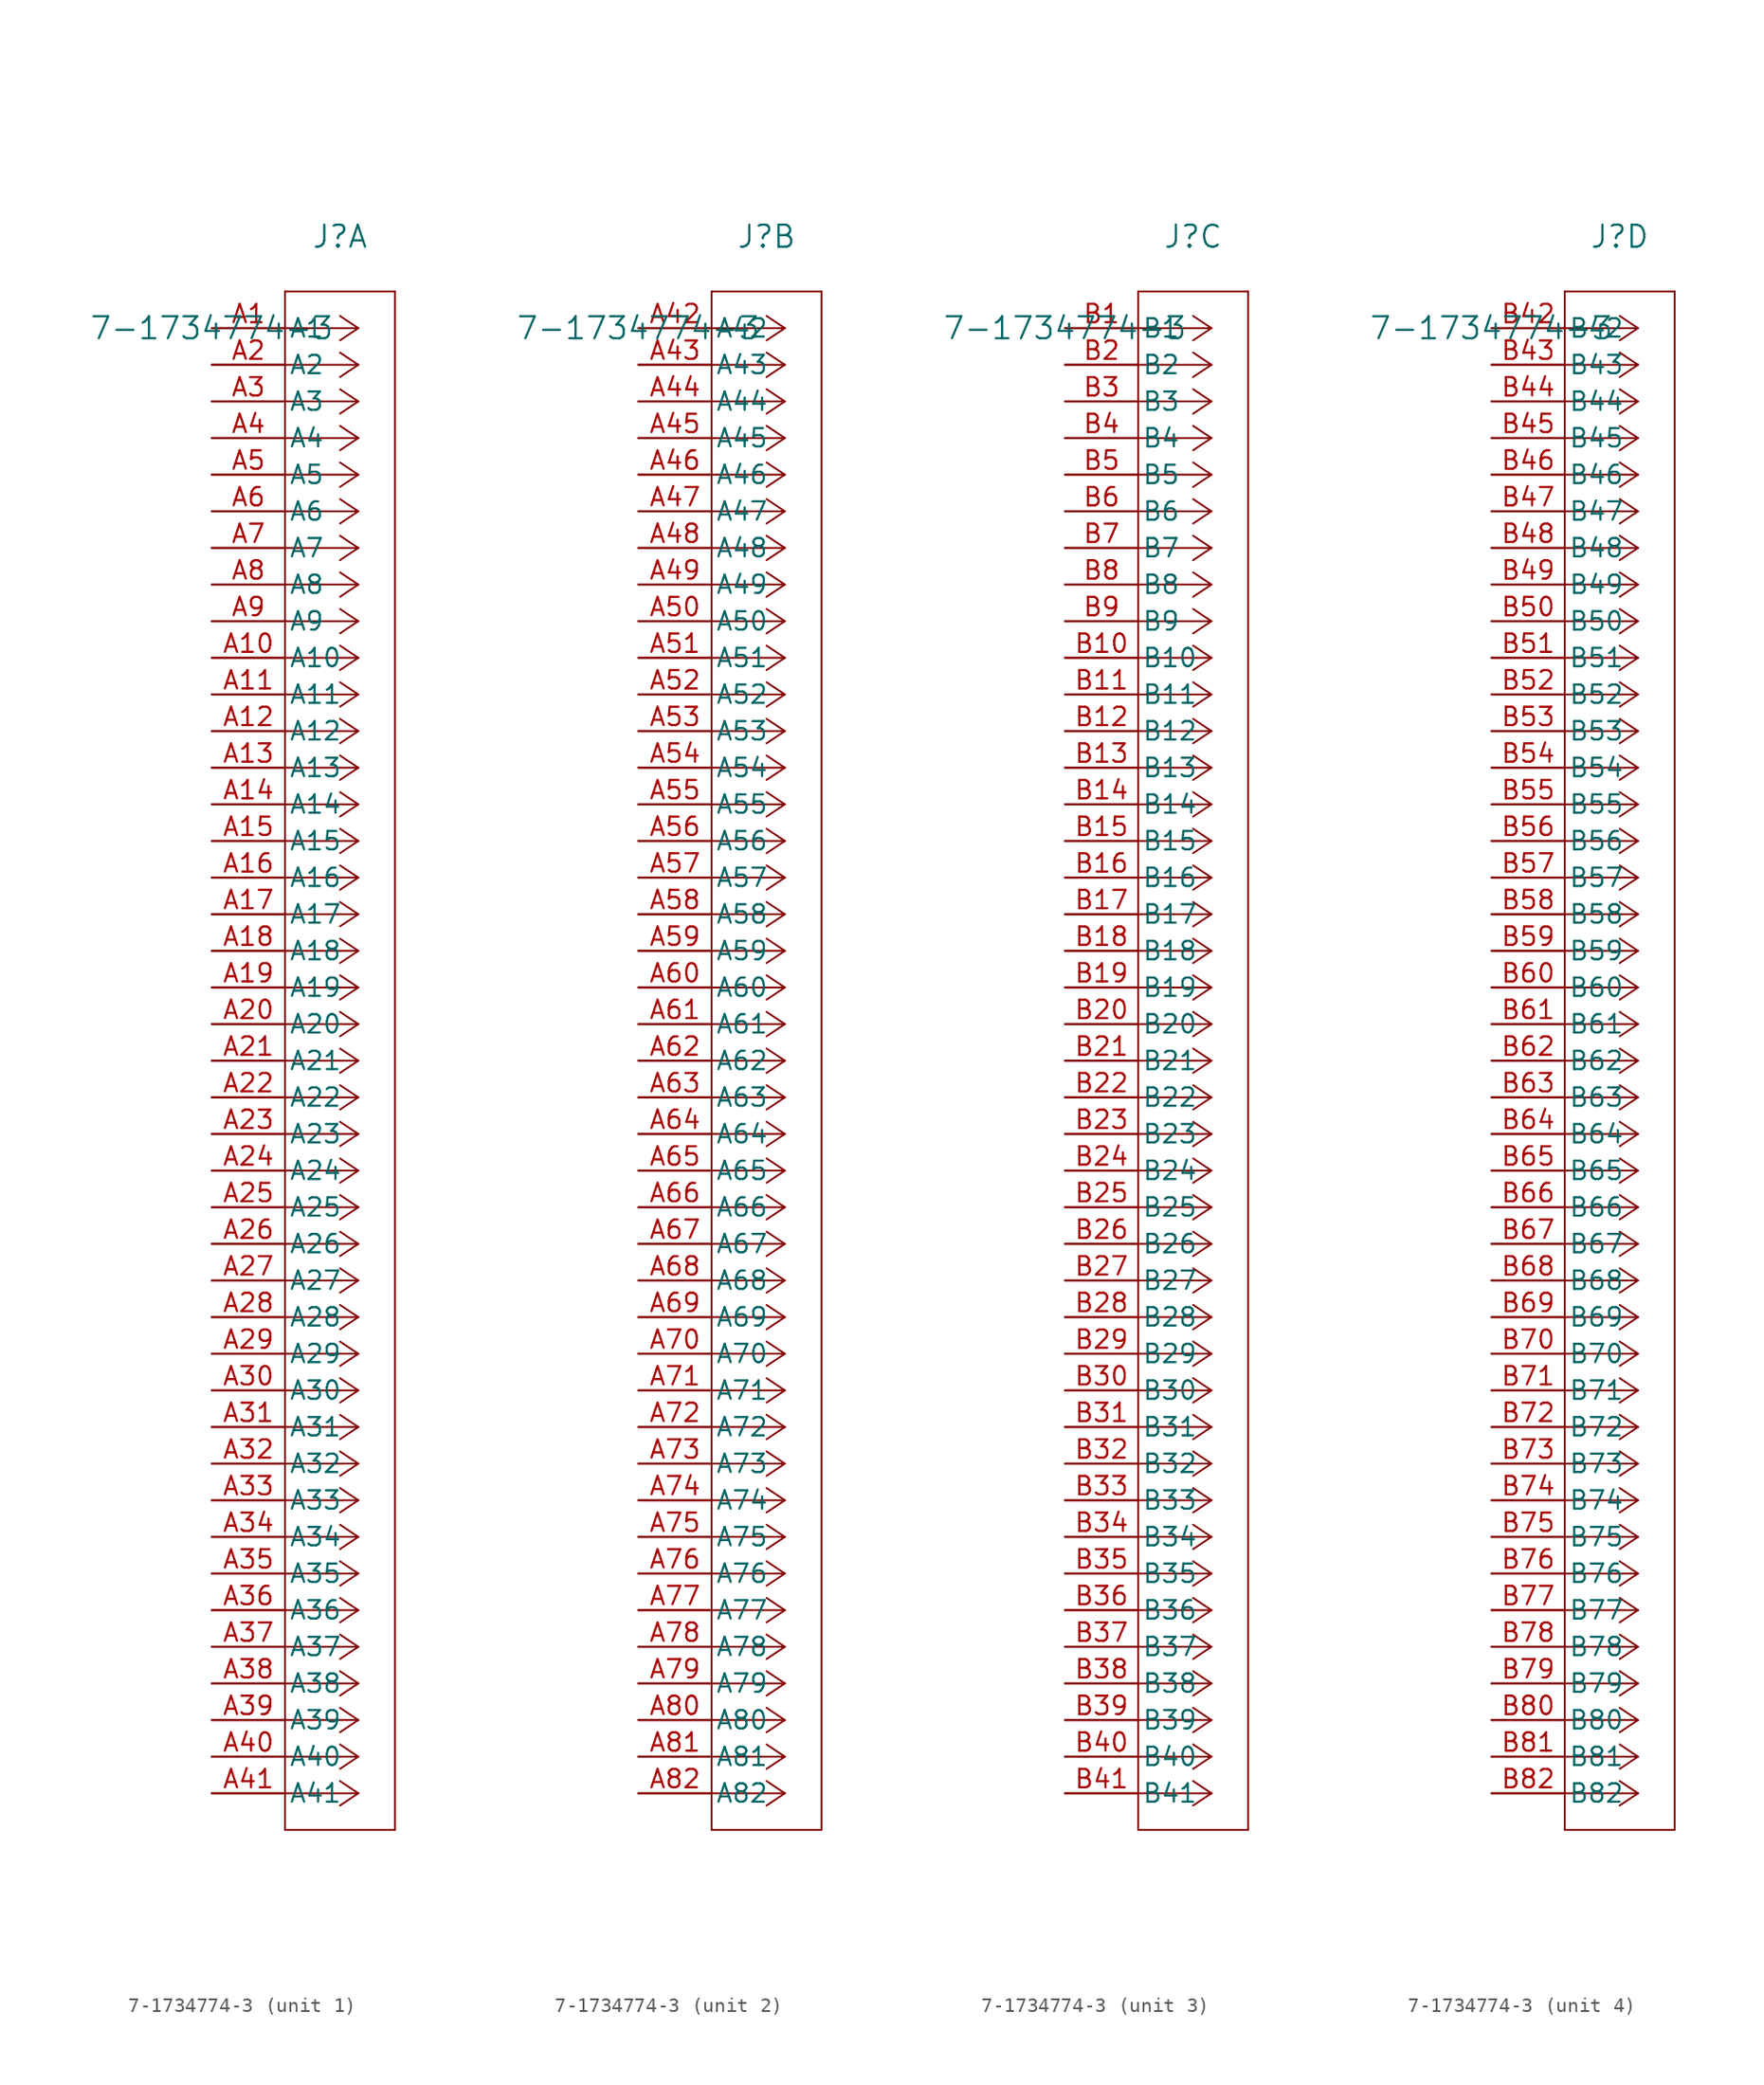
<source format=kicad_sym>
(kicad_symbol_lib
  (version 20231120)
  (generator "kicad_symbol_editor")
  (generator_version "8.0")
  (symbol "7-1734774-3"
    (pin_names
      (offset 0.254))
    (property "Reference" "J"
      (at 8.89 6.35 0)
      (effects (font (size 1.524 1.524))))
    (property "Value" "7-1734774-3"
      (at 0 0 0)
      (effects (font (size 1.524 1.524))))
    (property "ki_locked" ""
      (at 0 0 0)
      (effects (font (size 1.27 1.27))))
    (symbol "7-1734774-3_1_1"
      (polyline (pts (xy 5.08 -104.14) (xy 12.7 -104.14)) (stroke (width 0.127) (type default)) (fill (type none)))
      (polyline (pts (xy 5.08 2.54) (xy 5.08 -104.14)) (stroke (width 0.127) (type default)) (fill (type none)))
      (polyline (pts (xy 10.16 -101.6) (xy 5.08 -101.6)) (stroke (width 0.127) (type default)) (fill (type none)))
      (polyline (pts (xy 10.16 -101.6) (xy 8.89 -102.447)) (stroke (width 0.127) (type default)) (fill (type none)))
      (polyline (pts (xy 10.16 -101.6) (xy 8.89 -100.753)) (stroke (width 0.127) (type default)) (fill (type none)))
      (polyline (pts (xy 10.16 -99.06) (xy 5.08 -99.06)) (stroke (width 0.127) (type default)) (fill (type none)))
      (polyline (pts (xy 10.16 -99.06) (xy 8.89 -99.907)) (stroke (width 0.127) (type default)) (fill (type none)))
      (polyline (pts (xy 10.16 -99.06) (xy 8.89 -98.213)) (stroke (width 0.127) (type default)) (fill (type none)))
      (polyline (pts (xy 10.16 -96.52) (xy 5.08 -96.52)) (stroke (width 0.127) (type default)) (fill (type none)))
      (polyline (pts (xy 10.16 -96.52) (xy 8.89 -97.367)) (stroke (width 0.127) (type default)) (fill (type none)))
      (polyline (pts (xy 10.16 -96.52) (xy 8.89 -95.673)) (stroke (width 0.127) (type default)) (fill (type none)))
      (polyline (pts (xy 10.16 -93.98) (xy 5.08 -93.98)) (stroke (width 0.127) (type default)) (fill (type none)))
      (polyline (pts (xy 10.16 -93.98) (xy 8.89 -94.827)) (stroke (width 0.127) (type default)) (fill (type none)))
      (polyline (pts (xy 10.16 -93.98) (xy 8.89 -93.133)) (stroke (width 0.127) (type default)) (fill (type none)))
      (polyline (pts (xy 10.16 -91.44) (xy 5.08 -91.44)) (stroke (width 0.127) (type default)) (fill (type none)))
      (polyline (pts (xy 10.16 -91.44) (xy 8.89 -92.287)) (stroke (width 0.127) (type default)) (fill (type none)))
      (polyline (pts (xy 10.16 -91.44) (xy 8.89 -90.593)) (stroke (width 0.127) (type default)) (fill (type none)))
      (polyline (pts (xy 10.16 -88.9) (xy 5.08 -88.9)) (stroke (width 0.127) (type default)) (fill (type none)))
      (polyline (pts (xy 10.16 -88.9) (xy 8.89 -89.747)) (stroke (width 0.127) (type default)) (fill (type none)))
      (polyline (pts (xy 10.16 -88.9) (xy 8.89 -88.053)) (stroke (width 0.127) (type default)) (fill (type none)))
      (polyline (pts (xy 10.16 -86.36) (xy 5.08 -86.36)) (stroke (width 0.127) (type default)) (fill (type none)))
      (polyline (pts (xy 10.16 -86.36) (xy 8.89 -87.207)) (stroke (width 0.127) (type default)) (fill (type none)))
      (polyline (pts (xy 10.16 -86.36) (xy 8.89 -85.513)) (stroke (width 0.127) (type default)) (fill (type none)))
      (polyline (pts (xy 10.16 -83.82) (xy 5.08 -83.82)) (stroke (width 0.127) (type default)) (fill (type none)))
      (polyline (pts (xy 10.16 -83.82) (xy 8.89 -84.667)) (stroke (width 0.127) (type default)) (fill (type none)))
      (polyline (pts (xy 10.16 -83.82) (xy 8.89 -82.973)) (stroke (width 0.127) (type default)) (fill (type none)))
      (polyline (pts (xy 10.16 -81.28) (xy 5.08 -81.28)) (stroke (width 0.127) (type default)) (fill (type none)))
      (polyline (pts (xy 10.16 -81.28) (xy 8.89 -82.127)) (stroke (width 0.127) (type default)) (fill (type none)))
      (polyline (pts (xy 10.16 -81.28) (xy 8.89 -80.433)) (stroke (width 0.127) (type default)) (fill (type none)))
      (polyline (pts (xy 10.16 -78.74) (xy 5.08 -78.74)) (stroke (width 0.127) (type default)) (fill (type none)))
      (polyline (pts (xy 10.16 -78.74) (xy 8.89 -79.587)) (stroke (width 0.127) (type default)) (fill (type none)))
      (polyline (pts (xy 10.16 -78.74) (xy 8.89 -77.893)) (stroke (width 0.127) (type default)) (fill (type none)))
      (polyline (pts (xy 10.16 -76.2) (xy 5.08 -76.2)) (stroke (width 0.127) (type default)) (fill (type none)))
      (polyline (pts (xy 10.16 -76.2) (xy 8.89 -77.047)) (stroke (width 0.127) (type default)) (fill (type none)))
      (polyline (pts (xy 10.16 -76.2) (xy 8.89 -75.353)) (stroke (width 0.127) (type default)) (fill (type none)))
      (polyline (pts (xy 10.16 -73.66) (xy 5.08 -73.66)) (stroke (width 0.127) (type default)) (fill (type none)))
      (polyline (pts (xy 10.16 -73.66) (xy 8.89 -74.507)) (stroke (width 0.127) (type default)) (fill (type none)))
      (polyline (pts (xy 10.16 -73.66) (xy 8.89 -72.813)) (stroke (width 0.127) (type default)) (fill (type none)))
      (polyline (pts (xy 10.16 -71.12) (xy 5.08 -71.12)) (stroke (width 0.127) (type default)) (fill (type none)))
      (polyline (pts (xy 10.16 -71.12) (xy 8.89 -71.967)) (stroke (width 0.127) (type default)) (fill (type none)))
      (polyline (pts (xy 10.16 -71.12) (xy 8.89 -70.273)) (stroke (width 0.127) (type default)) (fill (type none)))
      (polyline (pts (xy 10.16 -68.58) (xy 5.08 -68.58)) (stroke (width 0.127) (type default)) (fill (type none)))
      (polyline (pts (xy 10.16 -68.58) (xy 8.89 -69.427)) (stroke (width 0.127) (type default)) (fill (type none)))
      (polyline (pts (xy 10.16 -68.58) (xy 8.89 -67.733)) (stroke (width 0.127) (type default)) (fill (type none)))
      (polyline (pts (xy 10.16 -66.04) (xy 5.08 -66.04)) (stroke (width 0.127) (type default)) (fill (type none)))
      (polyline (pts (xy 10.16 -66.04) (xy 8.89 -66.887)) (stroke (width 0.127) (type default)) (fill (type none)))
      (polyline (pts (xy 10.16 -66.04) (xy 8.89 -65.193)) (stroke (width 0.127) (type default)) (fill (type none)))
      (polyline (pts (xy 10.16 -63.5) (xy 5.08 -63.5)) (stroke (width 0.127) (type default)) (fill (type none)))
      (polyline (pts (xy 10.16 -63.5) (xy 8.89 -64.347)) (stroke (width 0.127) (type default)) (fill (type none)))
      (polyline (pts (xy 10.16 -63.5) (xy 8.89 -62.653)) (stroke (width 0.127) (type default)) (fill (type none)))
      (polyline (pts (xy 10.16 -60.96) (xy 5.08 -60.96)) (stroke (width 0.127) (type default)) (fill (type none)))
      (polyline (pts (xy 10.16 -60.96) (xy 8.89 -61.807)) (stroke (width 0.127) (type default)) (fill (type none)))
      (polyline (pts (xy 10.16 -60.96) (xy 8.89 -60.113)) (stroke (width 0.127) (type default)) (fill (type none)))
      (polyline (pts (xy 10.16 -58.42) (xy 5.08 -58.42)) (stroke (width 0.127) (type default)) (fill (type none)))
      (polyline (pts (xy 10.16 -58.42) (xy 8.89 -59.267)) (stroke (width 0.127) (type default)) (fill (type none)))
      (polyline (pts (xy 10.16 -58.42) (xy 8.89 -57.573)) (stroke (width 0.127) (type default)) (fill (type none)))
      (polyline (pts (xy 10.16 -55.88) (xy 5.08 -55.88)) (stroke (width 0.127) (type default)) (fill (type none)))
      (polyline (pts (xy 10.16 -55.88) (xy 8.89 -56.727)) (stroke (width 0.127) (type default)) (fill (type none)))
      (polyline (pts (xy 10.16 -55.88) (xy 8.89 -55.033)) (stroke (width 0.127) (type default)) (fill (type none)))
      (polyline (pts (xy 10.16 -53.34) (xy 5.08 -53.34)) (stroke (width 0.127) (type default)) (fill (type none)))
      (polyline (pts (xy 10.16 -53.34) (xy 8.89 -54.187)) (stroke (width 0.127) (type default)) (fill (type none)))
      (polyline (pts (xy 10.16 -53.34) (xy 8.89 -52.493)) (stroke (width 0.127) (type default)) (fill (type none)))
      (polyline (pts (xy 10.16 -50.8) (xy 5.08 -50.8)) (stroke (width 0.127) (type default)) (fill (type none)))
      (polyline (pts (xy 10.16 -50.8) (xy 8.89 -51.647)) (stroke (width 0.127) (type default)) (fill (type none)))
      (polyline (pts (xy 10.16 -50.8) (xy 8.89 -49.953)) (stroke (width 0.127) (type default)) (fill (type none)))
      (polyline (pts (xy 10.16 -48.26) (xy 5.08 -48.26)) (stroke (width 0.127) (type default)) (fill (type none)))
      (polyline (pts (xy 10.16 -48.26) (xy 8.89 -49.107)) (stroke (width 0.127) (type default)) (fill (type none)))
      (polyline (pts (xy 10.16 -48.26) (xy 8.89 -47.413)) (stroke (width 0.127) (type default)) (fill (type none)))
      (polyline (pts (xy 10.16 -45.72) (xy 5.08 -45.72)) (stroke (width 0.127) (type default)) (fill (type none)))
      (polyline (pts (xy 10.16 -45.72) (xy 8.89 -46.567)) (stroke (width 0.127) (type default)) (fill (type none)))
      (polyline (pts (xy 10.16 -45.72) (xy 8.89 -44.873)) (stroke (width 0.127) (type default)) (fill (type none)))
      (polyline (pts (xy 10.16 -43.18) (xy 5.08 -43.18)) (stroke (width 0.127) (type default)) (fill (type none)))
      (polyline (pts (xy 10.16 -43.18) (xy 8.89 -44.027)) (stroke (width 0.127) (type default)) (fill (type none)))
      (polyline (pts (xy 10.16 -43.18) (xy 8.89 -42.333)) (stroke (width 0.127) (type default)) (fill (type none)))
      (polyline (pts (xy 10.16 -40.64) (xy 5.08 -40.64)) (stroke (width 0.127) (type default)) (fill (type none)))
      (polyline (pts (xy 10.16 -40.64) (xy 8.89 -41.487)) (stroke (width 0.127) (type default)) (fill (type none)))
      (polyline (pts (xy 10.16 -40.64) (xy 8.89 -39.793)) (stroke (width 0.127) (type default)) (fill (type none)))
      (polyline (pts (xy 10.16 -38.1) (xy 5.08 -38.1)) (stroke (width 0.127) (type default)) (fill (type none)))
      (polyline (pts (xy 10.16 -38.1) (xy 8.89 -38.947)) (stroke (width 0.127) (type default)) (fill (type none)))
      (polyline (pts (xy 10.16 -38.1) (xy 8.89 -37.253)) (stroke (width 0.127) (type default)) (fill (type none)))
      (polyline (pts (xy 10.16 -35.56) (xy 5.08 -35.56)) (stroke (width 0.127) (type default)) (fill (type none)))
      (polyline (pts (xy 10.16 -35.56) (xy 8.89 -36.407)) (stroke (width 0.127) (type default)) (fill (type none)))
      (polyline (pts (xy 10.16 -35.56) (xy 8.89 -34.713)) (stroke (width 0.127) (type default)) (fill (type none)))
      (polyline (pts (xy 10.16 -33.02) (xy 5.08 -33.02)) (stroke (width 0.127) (type default)) (fill (type none)))
      (polyline (pts (xy 10.16 -33.02) (xy 8.89 -33.867)) (stroke (width 0.127) (type default)) (fill (type none)))
      (polyline (pts (xy 10.16 -33.02) (xy 8.89 -32.173)) (stroke (width 0.127) (type default)) (fill (type none)))
      (polyline (pts (xy 10.16 -30.48) (xy 5.08 -30.48)) (stroke (width 0.127) (type default)) (fill (type none)))
      (polyline (pts (xy 10.16 -30.48) (xy 8.89 -31.327)) (stroke (width 0.127) (type default)) (fill (type none)))
      (polyline (pts (xy 10.16 -30.48) (xy 8.89 -29.633)) (stroke (width 0.127) (type default)) (fill (type none)))
      (polyline (pts (xy 10.16 -27.94) (xy 5.08 -27.94)) (stroke (width 0.127) (type default)) (fill (type none)))
      (polyline (pts (xy 10.16 -27.94) (xy 8.89 -28.787)) (stroke (width 0.127) (type default)) (fill (type none)))
      (polyline (pts (xy 10.16 -27.94) (xy 8.89 -27.093)) (stroke (width 0.127) (type default)) (fill (type none)))
      (polyline (pts (xy 10.16 -25.4) (xy 5.08 -25.4)) (stroke (width 0.127) (type default)) (fill (type none)))
      (polyline (pts (xy 10.16 -25.4) (xy 8.89 -26.247)) (stroke (width 0.127) (type default)) (fill (type none)))
      (polyline (pts (xy 10.16 -25.4) (xy 8.89 -24.553)) (stroke (width 0.127) (type default)) (fill (type none)))
      (polyline (pts (xy 10.16 -22.86) (xy 5.08 -22.86)) (stroke (width 0.127) (type default)) (fill (type none)))
      (polyline (pts (xy 10.16 -22.86) (xy 8.89 -23.707)) (stroke (width 0.127) (type default)) (fill (type none)))
      (polyline (pts (xy 10.16 -22.86) (xy 8.89 -22.013)) (stroke (width 0.127) (type default)) (fill (type none)))
      (polyline (pts (xy 10.16 -20.32) (xy 5.08 -20.32)) (stroke (width 0.127) (type default)) (fill (type none)))
      (polyline (pts (xy 10.16 -20.32) (xy 8.89 -21.167)) (stroke (width 0.127) (type default)) (fill (type none)))
      (polyline (pts (xy 10.16 -20.32) (xy 8.89 -19.473)) (stroke (width 0.127) (type default)) (fill (type none)))
      (polyline (pts (xy 10.16 -17.78) (xy 5.08 -17.78)) (stroke (width 0.127) (type default)) (fill (type none)))
      (polyline (pts (xy 10.16 -17.78) (xy 8.89 -18.627)) (stroke (width 0.127) (type default)) (fill (type none)))
      (polyline (pts (xy 10.16 -17.78) (xy 8.89 -16.933)) (stroke (width 0.127) (type default)) (fill (type none)))
      (polyline (pts (xy 10.16 -15.24) (xy 5.08 -15.24)) (stroke (width 0.127) (type default)) (fill (type none)))
      (polyline (pts (xy 10.16 -15.24) (xy 8.89 -16.087)) (stroke (width 0.127) (type default)) (fill (type none)))
      (polyline (pts (xy 10.16 -15.24) (xy 8.89 -14.393)) (stroke (width 0.127) (type default)) (fill (type none)))
      (polyline (pts (xy 10.16 -12.7) (xy 5.08 -12.7)) (stroke (width 0.127) (type default)) (fill (type none)))
      (polyline (pts (xy 10.16 -12.7) (xy 8.89 -13.547)) (stroke (width 0.127) (type default)) (fill (type none)))
      (polyline (pts (xy 10.16 -12.7) (xy 8.89 -11.853)) (stroke (width 0.127) (type default)) (fill (type none)))
      (polyline (pts (xy 10.16 -10.16) (xy 5.08 -10.16)) (stroke (width 0.127) (type default)) (fill (type none)))
      (polyline (pts (xy 10.16 -10.16) (xy 8.89 -11.007)) (stroke (width 0.127) (type default)) (fill (type none)))
      (polyline (pts (xy 10.16 -10.16) (xy 8.89 -9.313)) (stroke (width 0.127) (type default)) (fill (type none)))
      (polyline (pts (xy 10.16 -7.62) (xy 5.08 -7.62)) (stroke (width 0.127) (type default)) (fill (type none)))
      (polyline (pts (xy 10.16 -7.62) (xy 8.89 -8.467)) (stroke (width 0.127) (type default)) (fill (type none)))
      (polyline (pts (xy 10.16 -7.62) (xy 8.89 -6.773)) (stroke (width 0.127) (type default)) (fill (type none)))
      (polyline (pts (xy 10.16 -5.08) (xy 5.08 -5.08)) (stroke (width 0.127) (type default)) (fill (type none)))
      (polyline (pts (xy 10.16 -5.08) (xy 8.89 -5.927)) (stroke (width 0.127) (type default)) (fill (type none)))
      (polyline (pts (xy 10.16 -5.08) (xy 8.89 -4.233)) (stroke (width 0.127) (type default)) (fill (type none)))
      (polyline (pts (xy 10.16 -2.54) (xy 5.08 -2.54)) (stroke (width 0.127) (type default)) (fill (type none)))
      (polyline (pts (xy 10.16 -2.54) (xy 8.89 -3.387)) (stroke (width 0.127) (type default)) (fill (type none)))
      (polyline (pts (xy 10.16 -2.54) (xy 8.89 -1.693)) (stroke (width 0.127) (type default)) (fill (type none)))
      (polyline (pts (xy 10.16 0) (xy 5.08 0)) (stroke (width 0.127) (type default)) (fill (type none)))
      (polyline (pts (xy 10.16 0) (xy 8.89 -0.847)) (stroke (width 0.127) (type default)) (fill (type none)))
      (polyline (pts (xy 10.16 0) (xy 8.89 0.847)) (stroke (width 0.127) (type default)) (fill (type none)))
      (polyline (pts (xy 12.7 -104.14) (xy 12.7 2.54)) (stroke (width 0.127) (type default)) (fill (type none)))
      (polyline (pts (xy 12.7 2.54) (xy 5.08 2.54)) (stroke (width 0.127) (type default)) (fill (type none)))
      (pin unspecified line (at 0 0 0) (length 5.08) (name "A1" (effects (font (size 1.27 1.27)))) (number "A1" (effects (font (size 1.27 1.27)))))
      (pin unspecified line (at 0 -22.86 0) (length 5.08) (name "A10" (effects (font (size 1.27 1.27)))) (number "A10" (effects (font (size 1.27 1.27)))))
      (pin unspecified line (at 0 -25.4 0) (length 5.08) (name "A11" (effects (font (size 1.27 1.27)))) (number "A11" (effects (font (size 1.27 1.27)))))
      (pin unspecified line (at 0 -27.94 0) (length 5.08) (name "A12" (effects (font (size 1.27 1.27)))) (number "A12" (effects (font (size 1.27 1.27)))))
      (pin unspecified line (at 0 -30.48 0) (length 5.08) (name "A13" (effects (font (size 1.27 1.27)))) (number "A13" (effects (font (size 1.27 1.27)))))
      (pin unspecified line (at 0 -33.02 0) (length 5.08) (name "A14" (effects (font (size 1.27 1.27)))) (number "A14" (effects (font (size 1.27 1.27)))))
      (pin unspecified line (at 0 -35.56 0) (length 5.08) (name "A15" (effects (font (size 1.27 1.27)))) (number "A15" (effects (font (size 1.27 1.27)))))
      (pin unspecified line (at 0 -38.1 0) (length 5.08) (name "A16" (effects (font (size 1.27 1.27)))) (number "A16" (effects (font (size 1.27 1.27)))))
      (pin unspecified line (at 0 -40.64 0) (length 5.08) (name "A17" (effects (font (size 1.27 1.27)))) (number "A17" (effects (font (size 1.27 1.27)))))
      (pin unspecified line (at 0 -43.18 0) (length 5.08) (name "A18" (effects (font (size 1.27 1.27)))) (number "A18" (effects (font (size 1.27 1.27)))))
      (pin unspecified line (at 0 -45.72 0) (length 5.08) (name "A19" (effects (font (size 1.27 1.27)))) (number "A19" (effects (font (size 1.27 1.27)))))
      (pin unspecified line (at 0 -2.54 0) (length 5.08) (name "A2" (effects (font (size 1.27 1.27)))) (number "A2" (effects (font (size 1.27 1.27)))))
      (pin unspecified line (at 0 -48.26 0) (length 5.08) (name "A20" (effects (font (size 1.27 1.27)))) (number "A20" (effects (font (size 1.27 1.27)))))
      (pin unspecified line (at 0 -50.8 0) (length 5.08) (name "A21" (effects (font (size 1.27 1.27)))) (number "A21" (effects (font (size 1.27 1.27)))))
      (pin unspecified line (at 0 -53.34 0) (length 5.08) (name "A22" (effects (font (size 1.27 1.27)))) (number "A22" (effects (font (size 1.27 1.27)))))
      (pin unspecified line (at 0 -55.88 0) (length 5.08) (name "A23" (effects (font (size 1.27 1.27)))) (number "A23" (effects (font (size 1.27 1.27)))))
      (pin unspecified line (at 0 -58.42 0) (length 5.08) (name "A24" (effects (font (size 1.27 1.27)))) (number "A24" (effects (font (size 1.27 1.27)))))
      (pin unspecified line (at 0 -60.96 0) (length 5.08) (name "A25" (effects (font (size 1.27 1.27)))) (number "A25" (effects (font (size 1.27 1.27)))))
      (pin unspecified line (at 0 -63.5 0) (length 5.08) (name "A26" (effects (font (size 1.27 1.27)))) (number "A26" (effects (font (size 1.27 1.27)))))
      (pin unspecified line (at 0 -66.04 0) (length 5.08) (name "A27" (effects (font (size 1.27 1.27)))) (number "A27" (effects (font (size 1.27 1.27)))))
      (pin unspecified line (at 0 -68.58 0) (length 5.08) (name "A28" (effects (font (size 1.27 1.27)))) (number "A28" (effects (font (size 1.27 1.27)))))
      (pin unspecified line (at 0 -71.12 0) (length 5.08) (name "A29" (effects (font (size 1.27 1.27)))) (number "A29" (effects (font (size 1.27 1.27)))))
      (pin unspecified line (at 0 -5.08 0) (length 5.08) (name "A3" (effects (font (size 1.27 1.27)))) (number "A3" (effects (font (size 1.27 1.27)))))
      (pin unspecified line (at 0 -73.66 0) (length 5.08) (name "A30" (effects (font (size 1.27 1.27)))) (number "A30" (effects (font (size 1.27 1.27)))))
      (pin unspecified line (at 0 -76.2 0) (length 5.08) (name "A31" (effects (font (size 1.27 1.27)))) (number "A31" (effects (font (size 1.27 1.27)))))
      (pin unspecified line (at 0 -78.74 0) (length 5.08) (name "A32" (effects (font (size 1.27 1.27)))) (number "A32" (effects (font (size 1.27 1.27)))))
      (pin unspecified line (at 0 -81.28 0) (length 5.08) (name "A33" (effects (font (size 1.27 1.27)))) (number "A33" (effects (font (size 1.27 1.27)))))
      (pin unspecified line (at 0 -83.82 0) (length 5.08) (name "A34" (effects (font (size 1.27 1.27)))) (number "A34" (effects (font (size 1.27 1.27)))))
      (pin unspecified line (at 0 -86.36 0) (length 5.08) (name "A35" (effects (font (size 1.27 1.27)))) (number "A35" (effects (font (size 1.27 1.27)))))
      (pin unspecified line (at 0 -88.9 0) (length 5.08) (name "A36" (effects (font (size 1.27 1.27)))) (number "A36" (effects (font (size 1.27 1.27)))))
      (pin unspecified line (at 0 -91.44 0) (length 5.08) (name "A37" (effects (font (size 1.27 1.27)))) (number "A37" (effects (font (size 1.27 1.27)))))
      (pin unspecified line (at 0 -93.98 0) (length 5.08) (name "A38" (effects (font (size 1.27 1.27)))) (number "A38" (effects (font (size 1.27 1.27)))))
      (pin unspecified line (at 0 -96.52 0) (length 5.08) (name "A39" (effects (font (size 1.27 1.27)))) (number "A39" (effects (font (size 1.27 1.27)))))
      (pin unspecified line (at 0 -7.62 0) (length 5.08) (name "A4" (effects (font (size 1.27 1.27)))) (number "A4" (effects (font (size 1.27 1.27)))))
      (pin unspecified line (at 0 -99.06 0) (length 5.08) (name "A40" (effects (font (size 1.27 1.27)))) (number "A40" (effects (font (size 1.27 1.27)))))
      (pin unspecified line (at 0 -101.6 0) (length 5.08) (name "A41" (effects (font (size 1.27 1.27)))) (number "A41" (effects (font (size 1.27 1.27)))))
      (pin unspecified line (at 0 -10.16 0) (length 5.08) (name "A5" (effects (font (size 1.27 1.27)))) (number "A5" (effects (font (size 1.27 1.27)))))
      (pin unspecified line (at 0 -12.7 0) (length 5.08) (name "A6" (effects (font (size 1.27 1.27)))) (number "A6" (effects (font (size 1.27 1.27)))))
      (pin unspecified line (at 0 -15.24 0) (length 5.08) (name "A7" (effects (font (size 1.27 1.27)))) (number "A7" (effects (font (size 1.27 1.27)))))
      (pin unspecified line (at 0 -17.78 0) (length 5.08) (name "A8" (effects (font (size 1.27 1.27)))) (number "A8" (effects (font (size 1.27 1.27)))))
      (pin unspecified line (at 0 -20.32 0) (length 5.08) (name "A9" (effects (font (size 1.27 1.27)))) (number "A9" (effects (font (size 1.27 1.27))))))
    (symbol "7-1734774-3_2_1"
      (polyline (pts (xy 5.08 -104.14) (xy 12.7 -104.14)) (stroke (width 0.127) (type default)) (fill (type none)))
      (polyline (pts (xy 5.08 2.54) (xy 5.08 -104.14)) (stroke (width 0.127) (type default)) (fill (type none)))
      (polyline (pts (xy 10.16 -101.6) (xy 5.08 -101.6)) (stroke (width 0.127) (type default)) (fill (type none)))
      (polyline (pts (xy 10.16 -101.6) (xy 8.89 -102.447)) (stroke (width 0.127) (type default)) (fill (type none)))
      (polyline (pts (xy 10.16 -101.6) (xy 8.89 -100.753)) (stroke (width 0.127) (type default)) (fill (type none)))
      (polyline (pts (xy 10.16 -99.06) (xy 5.08 -99.06)) (stroke (width 0.127) (type default)) (fill (type none)))
      (polyline (pts (xy 10.16 -99.06) (xy 8.89 -99.907)) (stroke (width 0.127) (type default)) (fill (type none)))
      (polyline (pts (xy 10.16 -99.06) (xy 8.89 -98.213)) (stroke (width 0.127) (type default)) (fill (type none)))
      (polyline (pts (xy 10.16 -96.52) (xy 5.08 -96.52)) (stroke (width 0.127) (type default)) (fill (type none)))
      (polyline (pts (xy 10.16 -96.52) (xy 8.89 -97.367)) (stroke (width 0.127) (type default)) (fill (type none)))
      (polyline (pts (xy 10.16 -96.52) (xy 8.89 -95.673)) (stroke (width 0.127) (type default)) (fill (type none)))
      (polyline (pts (xy 10.16 -93.98) (xy 5.08 -93.98)) (stroke (width 0.127) (type default)) (fill (type none)))
      (polyline (pts (xy 10.16 -93.98) (xy 8.89 -94.827)) (stroke (width 0.127) (type default)) (fill (type none)))
      (polyline (pts (xy 10.16 -93.98) (xy 8.89 -93.133)) (stroke (width 0.127) (type default)) (fill (type none)))
      (polyline (pts (xy 10.16 -91.44) (xy 5.08 -91.44)) (stroke (width 0.127) (type default)) (fill (type none)))
      (polyline (pts (xy 10.16 -91.44) (xy 8.89 -92.287)) (stroke (width 0.127) (type default)) (fill (type none)))
      (polyline (pts (xy 10.16 -91.44) (xy 8.89 -90.593)) (stroke (width 0.127) (type default)) (fill (type none)))
      (polyline (pts (xy 10.16 -88.9) (xy 5.08 -88.9)) (stroke (width 0.127) (type default)) (fill (type none)))
      (polyline (pts (xy 10.16 -88.9) (xy 8.89 -89.747)) (stroke (width 0.127) (type default)) (fill (type none)))
      (polyline (pts (xy 10.16 -88.9) (xy 8.89 -88.053)) (stroke (width 0.127) (type default)) (fill (type none)))
      (polyline (pts (xy 10.16 -86.36) (xy 5.08 -86.36)) (stroke (width 0.127) (type default)) (fill (type none)))
      (polyline (pts (xy 10.16 -86.36) (xy 8.89 -87.207)) (stroke (width 0.127) (type default)) (fill (type none)))
      (polyline (pts (xy 10.16 -86.36) (xy 8.89 -85.513)) (stroke (width 0.127) (type default)) (fill (type none)))
      (polyline (pts (xy 10.16 -83.82) (xy 5.08 -83.82)) (stroke (width 0.127) (type default)) (fill (type none)))
      (polyline (pts (xy 10.16 -83.82) (xy 8.89 -84.667)) (stroke (width 0.127) (type default)) (fill (type none)))
      (polyline (pts (xy 10.16 -83.82) (xy 8.89 -82.973)) (stroke (width 0.127) (type default)) (fill (type none)))
      (polyline (pts (xy 10.16 -81.28) (xy 5.08 -81.28)) (stroke (width 0.127) (type default)) (fill (type none)))
      (polyline (pts (xy 10.16 -81.28) (xy 8.89 -82.127)) (stroke (width 0.127) (type default)) (fill (type none)))
      (polyline (pts (xy 10.16 -81.28) (xy 8.89 -80.433)) (stroke (width 0.127) (type default)) (fill (type none)))
      (polyline (pts (xy 10.16 -78.74) (xy 5.08 -78.74)) (stroke (width 0.127) (type default)) (fill (type none)))
      (polyline (pts (xy 10.16 -78.74) (xy 8.89 -79.587)) (stroke (width 0.127) (type default)) (fill (type none)))
      (polyline (pts (xy 10.16 -78.74) (xy 8.89 -77.893)) (stroke (width 0.127) (type default)) (fill (type none)))
      (polyline (pts (xy 10.16 -76.2) (xy 5.08 -76.2)) (stroke (width 0.127) (type default)) (fill (type none)))
      (polyline (pts (xy 10.16 -76.2) (xy 8.89 -77.047)) (stroke (width 0.127) (type default)) (fill (type none)))
      (polyline (pts (xy 10.16 -76.2) (xy 8.89 -75.353)) (stroke (width 0.127) (type default)) (fill (type none)))
      (polyline (pts (xy 10.16 -73.66) (xy 5.08 -73.66)) (stroke (width 0.127) (type default)) (fill (type none)))
      (polyline (pts (xy 10.16 -73.66) (xy 8.89 -74.507)) (stroke (width 0.127) (type default)) (fill (type none)))
      (polyline (pts (xy 10.16 -73.66) (xy 8.89 -72.813)) (stroke (width 0.127) (type default)) (fill (type none)))
      (polyline (pts (xy 10.16 -71.12) (xy 5.08 -71.12)) (stroke (width 0.127) (type default)) (fill (type none)))
      (polyline (pts (xy 10.16 -71.12) (xy 8.89 -71.967)) (stroke (width 0.127) (type default)) (fill (type none)))
      (polyline (pts (xy 10.16 -71.12) (xy 8.89 -70.273)) (stroke (width 0.127) (type default)) (fill (type none)))
      (polyline (pts (xy 10.16 -68.58) (xy 5.08 -68.58)) (stroke (width 0.127) (type default)) (fill (type none)))
      (polyline (pts (xy 10.16 -68.58) (xy 8.89 -69.427)) (stroke (width 0.127) (type default)) (fill (type none)))
      (polyline (pts (xy 10.16 -68.58) (xy 8.89 -67.733)) (stroke (width 0.127) (type default)) (fill (type none)))
      (polyline (pts (xy 10.16 -66.04) (xy 5.08 -66.04)) (stroke (width 0.127) (type default)) (fill (type none)))
      (polyline (pts (xy 10.16 -66.04) (xy 8.89 -66.887)) (stroke (width 0.127) (type default)) (fill (type none)))
      (polyline (pts (xy 10.16 -66.04) (xy 8.89 -65.193)) (stroke (width 0.127) (type default)) (fill (type none)))
      (polyline (pts (xy 10.16 -63.5) (xy 5.08 -63.5)) (stroke (width 0.127) (type default)) (fill (type none)))
      (polyline (pts (xy 10.16 -63.5) (xy 8.89 -64.347)) (stroke (width 0.127) (type default)) (fill (type none)))
      (polyline (pts (xy 10.16 -63.5) (xy 8.89 -62.653)) (stroke (width 0.127) (type default)) (fill (type none)))
      (polyline (pts (xy 10.16 -60.96) (xy 5.08 -60.96)) (stroke (width 0.127) (type default)) (fill (type none)))
      (polyline (pts (xy 10.16 -60.96) (xy 8.89 -61.807)) (stroke (width 0.127) (type default)) (fill (type none)))
      (polyline (pts (xy 10.16 -60.96) (xy 8.89 -60.113)) (stroke (width 0.127) (type default)) (fill (type none)))
      (polyline (pts (xy 10.16 -58.42) (xy 5.08 -58.42)) (stroke (width 0.127) (type default)) (fill (type none)))
      (polyline (pts (xy 10.16 -58.42) (xy 8.89 -59.267)) (stroke (width 0.127) (type default)) (fill (type none)))
      (polyline (pts (xy 10.16 -58.42) (xy 8.89 -57.573)) (stroke (width 0.127) (type default)) (fill (type none)))
      (polyline (pts (xy 10.16 -55.88) (xy 5.08 -55.88)) (stroke (width 0.127) (type default)) (fill (type none)))
      (polyline (pts (xy 10.16 -55.88) (xy 8.89 -56.727)) (stroke (width 0.127) (type default)) (fill (type none)))
      (polyline (pts (xy 10.16 -55.88) (xy 8.89 -55.033)) (stroke (width 0.127) (type default)) (fill (type none)))
      (polyline (pts (xy 10.16 -53.34) (xy 5.08 -53.34)) (stroke (width 0.127) (type default)) (fill (type none)))
      (polyline (pts (xy 10.16 -53.34) (xy 8.89 -54.187)) (stroke (width 0.127) (type default)) (fill (type none)))
      (polyline (pts (xy 10.16 -53.34) (xy 8.89 -52.493)) (stroke (width 0.127) (type default)) (fill (type none)))
      (polyline (pts (xy 10.16 -50.8) (xy 5.08 -50.8)) (stroke (width 0.127) (type default)) (fill (type none)))
      (polyline (pts (xy 10.16 -50.8) (xy 8.89 -51.647)) (stroke (width 0.127) (type default)) (fill (type none)))
      (polyline (pts (xy 10.16 -50.8) (xy 8.89 -49.953)) (stroke (width 0.127) (type default)) (fill (type none)))
      (polyline (pts (xy 10.16 -48.26) (xy 5.08 -48.26)) (stroke (width 0.127) (type default)) (fill (type none)))
      (polyline (pts (xy 10.16 -48.26) (xy 8.89 -49.107)) (stroke (width 0.127) (type default)) (fill (type none)))
      (polyline (pts (xy 10.16 -48.26) (xy 8.89 -47.413)) (stroke (width 0.127) (type default)) (fill (type none)))
      (polyline (pts (xy 10.16 -45.72) (xy 5.08 -45.72)) (stroke (width 0.127) (type default)) (fill (type none)))
      (polyline (pts (xy 10.16 -45.72) (xy 8.89 -46.567)) (stroke (width 0.127) (type default)) (fill (type none)))
      (polyline (pts (xy 10.16 -45.72) (xy 8.89 -44.873)) (stroke (width 0.127) (type default)) (fill (type none)))
      (polyline (pts (xy 10.16 -43.18) (xy 5.08 -43.18)) (stroke (width 0.127) (type default)) (fill (type none)))
      (polyline (pts (xy 10.16 -43.18) (xy 8.89 -44.027)) (stroke (width 0.127) (type default)) (fill (type none)))
      (polyline (pts (xy 10.16 -43.18) (xy 8.89 -42.333)) (stroke (width 0.127) (type default)) (fill (type none)))
      (polyline (pts (xy 10.16 -40.64) (xy 5.08 -40.64)) (stroke (width 0.127) (type default)) (fill (type none)))
      (polyline (pts (xy 10.16 -40.64) (xy 8.89 -41.487)) (stroke (width 0.127) (type default)) (fill (type none)))
      (polyline (pts (xy 10.16 -40.64) (xy 8.89 -39.793)) (stroke (width 0.127) (type default)) (fill (type none)))
      (polyline (pts (xy 10.16 -38.1) (xy 5.08 -38.1)) (stroke (width 0.127) (type default)) (fill (type none)))
      (polyline (pts (xy 10.16 -38.1) (xy 8.89 -38.947)) (stroke (width 0.127) (type default)) (fill (type none)))
      (polyline (pts (xy 10.16 -38.1) (xy 8.89 -37.253)) (stroke (width 0.127) (type default)) (fill (type none)))
      (polyline (pts (xy 10.16 -35.56) (xy 5.08 -35.56)) (stroke (width 0.127) (type default)) (fill (type none)))
      (polyline (pts (xy 10.16 -35.56) (xy 8.89 -36.407)) (stroke (width 0.127) (type default)) (fill (type none)))
      (polyline (pts (xy 10.16 -35.56) (xy 8.89 -34.713)) (stroke (width 0.127) (type default)) (fill (type none)))
      (polyline (pts (xy 10.16 -33.02) (xy 5.08 -33.02)) (stroke (width 0.127) (type default)) (fill (type none)))
      (polyline (pts (xy 10.16 -33.02) (xy 8.89 -33.867)) (stroke (width 0.127) (type default)) (fill (type none)))
      (polyline (pts (xy 10.16 -33.02) (xy 8.89 -32.173)) (stroke (width 0.127) (type default)) (fill (type none)))
      (polyline (pts (xy 10.16 -30.48) (xy 5.08 -30.48)) (stroke (width 0.127) (type default)) (fill (type none)))
      (polyline (pts (xy 10.16 -30.48) (xy 8.89 -31.327)) (stroke (width 0.127) (type default)) (fill (type none)))
      (polyline (pts (xy 10.16 -30.48) (xy 8.89 -29.633)) (stroke (width 0.127) (type default)) (fill (type none)))
      (polyline (pts (xy 10.16 -27.94) (xy 5.08 -27.94)) (stroke (width 0.127) (type default)) (fill (type none)))
      (polyline (pts (xy 10.16 -27.94) (xy 8.89 -28.787)) (stroke (width 0.127) (type default)) (fill (type none)))
      (polyline (pts (xy 10.16 -27.94) (xy 8.89 -27.093)) (stroke (width 0.127) (type default)) (fill (type none)))
      (polyline (pts (xy 10.16 -25.4) (xy 5.08 -25.4)) (stroke (width 0.127) (type default)) (fill (type none)))
      (polyline (pts (xy 10.16 -25.4) (xy 8.89 -26.247)) (stroke (width 0.127) (type default)) (fill (type none)))
      (polyline (pts (xy 10.16 -25.4) (xy 8.89 -24.553)) (stroke (width 0.127) (type default)) (fill (type none)))
      (polyline (pts (xy 10.16 -22.86) (xy 5.08 -22.86)) (stroke (width 0.127) (type default)) (fill (type none)))
      (polyline (pts (xy 10.16 -22.86) (xy 8.89 -23.707)) (stroke (width 0.127) (type default)) (fill (type none)))
      (polyline (pts (xy 10.16 -22.86) (xy 8.89 -22.013)) (stroke (width 0.127) (type default)) (fill (type none)))
      (polyline (pts (xy 10.16 -20.32) (xy 5.08 -20.32)) (stroke (width 0.127) (type default)) (fill (type none)))
      (polyline (pts (xy 10.16 -20.32) (xy 8.89 -21.167)) (stroke (width 0.127) (type default)) (fill (type none)))
      (polyline (pts (xy 10.16 -20.32) (xy 8.89 -19.473)) (stroke (width 0.127) (type default)) (fill (type none)))
      (polyline (pts (xy 10.16 -17.78) (xy 5.08 -17.78)) (stroke (width 0.127) (type default)) (fill (type none)))
      (polyline (pts (xy 10.16 -17.78) (xy 8.89 -18.627)) (stroke (width 0.127) (type default)) (fill (type none)))
      (polyline (pts (xy 10.16 -17.78) (xy 8.89 -16.933)) (stroke (width 0.127) (type default)) (fill (type none)))
      (polyline (pts (xy 10.16 -15.24) (xy 5.08 -15.24)) (stroke (width 0.127) (type default)) (fill (type none)))
      (polyline (pts (xy 10.16 -15.24) (xy 8.89 -16.087)) (stroke (width 0.127) (type default)) (fill (type none)))
      (polyline (pts (xy 10.16 -15.24) (xy 8.89 -14.393)) (stroke (width 0.127) (type default)) (fill (type none)))
      (polyline (pts (xy 10.16 -12.7) (xy 5.08 -12.7)) (stroke (width 0.127) (type default)) (fill (type none)))
      (polyline (pts (xy 10.16 -12.7) (xy 8.89 -13.547)) (stroke (width 0.127) (type default)) (fill (type none)))
      (polyline (pts (xy 10.16 -12.7) (xy 8.89 -11.853)) (stroke (width 0.127) (type default)) (fill (type none)))
      (polyline (pts (xy 10.16 -10.16) (xy 5.08 -10.16)) (stroke (width 0.127) (type default)) (fill (type none)))
      (polyline (pts (xy 10.16 -10.16) (xy 8.89 -11.007)) (stroke (width 0.127) (type default)) (fill (type none)))
      (polyline (pts (xy 10.16 -10.16) (xy 8.89 -9.313)) (stroke (width 0.127) (type default)) (fill (type none)))
      (polyline (pts (xy 10.16 -7.62) (xy 5.08 -7.62)) (stroke (width 0.127) (type default)) (fill (type none)))
      (polyline (pts (xy 10.16 -7.62) (xy 8.89 -8.467)) (stroke (width 0.127) (type default)) (fill (type none)))
      (polyline (pts (xy 10.16 -7.62) (xy 8.89 -6.773)) (stroke (width 0.127) (type default)) (fill (type none)))
      (polyline (pts (xy 10.16 -5.08) (xy 5.08 -5.08)) (stroke (width 0.127) (type default)) (fill (type none)))
      (polyline (pts (xy 10.16 -5.08) (xy 8.89 -5.927)) (stroke (width 0.127) (type default)) (fill (type none)))
      (polyline (pts (xy 10.16 -5.08) (xy 8.89 -4.233)) (stroke (width 0.127) (type default)) (fill (type none)))
      (polyline (pts (xy 10.16 -2.54) (xy 5.08 -2.54)) (stroke (width 0.127) (type default)) (fill (type none)))
      (polyline (pts (xy 10.16 -2.54) (xy 8.89 -3.387)) (stroke (width 0.127) (type default)) (fill (type none)))
      (polyline (pts (xy 10.16 -2.54) (xy 8.89 -1.693)) (stroke (width 0.127) (type default)) (fill (type none)))
      (polyline (pts (xy 10.16 0) (xy 5.08 0)) (stroke (width 0.127) (type default)) (fill (type none)))
      (polyline (pts (xy 10.16 0) (xy 8.89 -0.847)) (stroke (width 0.127) (type default)) (fill (type none)))
      (polyline (pts (xy 10.16 0) (xy 8.89 0.847)) (stroke (width 0.127) (type default)) (fill (type none)))
      (polyline (pts (xy 12.7 -104.14) (xy 12.7 2.54)) (stroke (width 0.127) (type default)) (fill (type none)))
      (polyline (pts (xy 12.7 2.54) (xy 5.08 2.54)) (stroke (width 0.127) (type default)) (fill (type none)))
      (pin unspecified line (at 0 0 0) (length 5.08) (name "A42" (effects (font (size 1.27 1.27)))) (number "A42" (effects (font (size 1.27 1.27)))))
      (pin unspecified line (at 0 -2.54 0) (length 5.08) (name "A43" (effects (font (size 1.27 1.27)))) (number "A43" (effects (font (size 1.27 1.27)))))
      (pin unspecified line (at 0 -5.08 0) (length 5.08) (name "A44" (effects (font (size 1.27 1.27)))) (number "A44" (effects (font (size 1.27 1.27)))))
      (pin unspecified line (at 0 -7.62 0) (length 5.08) (name "A45" (effects (font (size 1.27 1.27)))) (number "A45" (effects (font (size 1.27 1.27)))))
      (pin unspecified line (at 0 -10.16 0) (length 5.08) (name "A46" (effects (font (size 1.27 1.27)))) (number "A46" (effects (font (size 1.27 1.27)))))
      (pin unspecified line (at 0 -12.7 0) (length 5.08) (name "A47" (effects (font (size 1.27 1.27)))) (number "A47" (effects (font (size 1.27 1.27)))))
      (pin unspecified line (at 0 -15.24 0) (length 5.08) (name "A48" (effects (font (size 1.27 1.27)))) (number "A48" (effects (font (size 1.27 1.27)))))
      (pin unspecified line (at 0 -17.78 0) (length 5.08) (name "A49" (effects (font (size 1.27 1.27)))) (number "A49" (effects (font (size 1.27 1.27)))))
      (pin unspecified line (at 0 -20.32 0) (length 5.08) (name "A50" (effects (font (size 1.27 1.27)))) (number "A50" (effects (font (size 1.27 1.27)))))
      (pin unspecified line (at 0 -22.86 0) (length 5.08) (name "A51" (effects (font (size 1.27 1.27)))) (number "A51" (effects (font (size 1.27 1.27)))))
      (pin unspecified line (at 0 -25.4 0) (length 5.08) (name "A52" (effects (font (size 1.27 1.27)))) (number "A52" (effects (font (size 1.27 1.27)))))
      (pin unspecified line (at 0 -27.94 0) (length 5.08) (name "A53" (effects (font (size 1.27 1.27)))) (number "A53" (effects (font (size 1.27 1.27)))))
      (pin unspecified line (at 0 -30.48 0) (length 5.08) (name "A54" (effects (font (size 1.27 1.27)))) (number "A54" (effects (font (size 1.27 1.27)))))
      (pin unspecified line (at 0 -33.02 0) (length 5.08) (name "A55" (effects (font (size 1.27 1.27)))) (number "A55" (effects (font (size 1.27 1.27)))))
      (pin unspecified line (at 0 -35.56 0) (length 5.08) (name "A56" (effects (font (size 1.27 1.27)))) (number "A56" (effects (font (size 1.27 1.27)))))
      (pin unspecified line (at 0 -38.1 0) (length 5.08) (name "A57" (effects (font (size 1.27 1.27)))) (number "A57" (effects (font (size 1.27 1.27)))))
      (pin unspecified line (at 0 -40.64 0) (length 5.08) (name "A58" (effects (font (size 1.27 1.27)))) (number "A58" (effects (font (size 1.27 1.27)))))
      (pin unspecified line (at 0 -43.18 0) (length 5.08) (name "A59" (effects (font (size 1.27 1.27)))) (number "A59" (effects (font (size 1.27 1.27)))))
      (pin unspecified line (at 0 -45.72 0) (length 5.08) (name "A60" (effects (font (size 1.27 1.27)))) (number "A60" (effects (font (size 1.27 1.27)))))
      (pin unspecified line (at 0 -48.26 0) (length 5.08) (name "A61" (effects (font (size 1.27 1.27)))) (number "A61" (effects (font (size 1.27 1.27)))))
      (pin unspecified line (at 0 -50.8 0) (length 5.08) (name "A62" (effects (font (size 1.27 1.27)))) (number "A62" (effects (font (size 1.27 1.27)))))
      (pin unspecified line (at 0 -53.34 0) (length 5.08) (name "A63" (effects (font (size 1.27 1.27)))) (number "A63" (effects (font (size 1.27 1.27)))))
      (pin unspecified line (at 0 -55.88 0) (length 5.08) (name "A64" (effects (font (size 1.27 1.27)))) (number "A64" (effects (font (size 1.27 1.27)))))
      (pin unspecified line (at 0 -58.42 0) (length 5.08) (name "A65" (effects (font (size 1.27 1.27)))) (number "A65" (effects (font (size 1.27 1.27)))))
      (pin unspecified line (at 0 -60.96 0) (length 5.08) (name "A66" (effects (font (size 1.27 1.27)))) (number "A66" (effects (font (size 1.27 1.27)))))
      (pin unspecified line (at 0 -63.5 0) (length 5.08) (name "A67" (effects (font (size 1.27 1.27)))) (number "A67" (effects (font (size 1.27 1.27)))))
      (pin unspecified line (at 0 -66.04 0) (length 5.08) (name "A68" (effects (font (size 1.27 1.27)))) (number "A68" (effects (font (size 1.27 1.27)))))
      (pin unspecified line (at 0 -68.58 0) (length 5.08) (name "A69" (effects (font (size 1.27 1.27)))) (number "A69" (effects (font (size 1.27 1.27)))))
      (pin unspecified line (at 0 -71.12 0) (length 5.08) (name "A70" (effects (font (size 1.27 1.27)))) (number "A70" (effects (font (size 1.27 1.27)))))
      (pin unspecified line (at 0 -73.66 0) (length 5.08) (name "A71" (effects (font (size 1.27 1.27)))) (number "A71" (effects (font (size 1.27 1.27)))))
      (pin unspecified line (at 0 -76.2 0) (length 5.08) (name "A72" (effects (font (size 1.27 1.27)))) (number "A72" (effects (font (size 1.27 1.27)))))
      (pin unspecified line (at 0 -78.74 0) (length 5.08) (name "A73" (effects (font (size 1.27 1.27)))) (number "A73" (effects (font (size 1.27 1.27)))))
      (pin unspecified line (at 0 -81.28 0) (length 5.08) (name "A74" (effects (font (size 1.27 1.27)))) (number "A74" (effects (font (size 1.27 1.27)))))
      (pin unspecified line (at 0 -83.82 0) (length 5.08) (name "A75" (effects (font (size 1.27 1.27)))) (number "A75" (effects (font (size 1.27 1.27)))))
      (pin unspecified line (at 0 -86.36 0) (length 5.08) (name "A76" (effects (font (size 1.27 1.27)))) (number "A76" (effects (font (size 1.27 1.27)))))
      (pin unspecified line (at 0 -88.9 0) (length 5.08) (name "A77" (effects (font (size 1.27 1.27)))) (number "A77" (effects (font (size 1.27 1.27)))))
      (pin unspecified line (at 0 -91.44 0) (length 5.08) (name "A78" (effects (font (size 1.27 1.27)))) (number "A78" (effects (font (size 1.27 1.27)))))
      (pin unspecified line (at 0 -93.98 0) (length 5.08) (name "A79" (effects (font (size 1.27 1.27)))) (number "A79" (effects (font (size 1.27 1.27)))))
      (pin unspecified line (at 0 -96.52 0) (length 5.08) (name "A80" (effects (font (size 1.27 1.27)))) (number "A80" (effects (font (size 1.27 1.27)))))
      (pin unspecified line (at 0 -99.06 0) (length 5.08) (name "A81" (effects (font (size 1.27 1.27)))) (number "A81" (effects (font (size 1.27 1.27)))))
      (pin unspecified line (at 0 -101.6 0) (length 5.08) (name "A82" (effects (font (size 1.27 1.27)))) (number "A82" (effects (font (size 1.27 1.27))))))
    (symbol "7-1734774-3_3_1"
      (polyline (pts (xy 5.08 -104.14) (xy 12.7 -104.14)) (stroke (width 0.127) (type default)) (fill (type none)))
      (polyline (pts (xy 5.08 2.54) (xy 5.08 -104.14)) (stroke (width 0.127) (type default)) (fill (type none)))
      (polyline (pts (xy 10.16 -101.6) (xy 5.08 -101.6)) (stroke (width 0.127) (type default)) (fill (type none)))
      (polyline (pts (xy 10.16 -101.6) (xy 8.89 -102.447)) (stroke (width 0.127) (type default)) (fill (type none)))
      (polyline (pts (xy 10.16 -101.6) (xy 8.89 -100.753)) (stroke (width 0.127) (type default)) (fill (type none)))
      (polyline (pts (xy 10.16 -99.06) (xy 5.08 -99.06)) (stroke (width 0.127) (type default)) (fill (type none)))
      (polyline (pts (xy 10.16 -99.06) (xy 8.89 -99.907)) (stroke (width 0.127) (type default)) (fill (type none)))
      (polyline (pts (xy 10.16 -99.06) (xy 8.89 -98.213)) (stroke (width 0.127) (type default)) (fill (type none)))
      (polyline (pts (xy 10.16 -96.52) (xy 5.08 -96.52)) (stroke (width 0.127) (type default)) (fill (type none)))
      (polyline (pts (xy 10.16 -96.52) (xy 8.89 -97.367)) (stroke (width 0.127) (type default)) (fill (type none)))
      (polyline (pts (xy 10.16 -96.52) (xy 8.89 -95.673)) (stroke (width 0.127) (type default)) (fill (type none)))
      (polyline (pts (xy 10.16 -93.98) (xy 5.08 -93.98)) (stroke (width 0.127) (type default)) (fill (type none)))
      (polyline (pts (xy 10.16 -93.98) (xy 8.89 -94.827)) (stroke (width 0.127) (type default)) (fill (type none)))
      (polyline (pts (xy 10.16 -93.98) (xy 8.89 -93.133)) (stroke (width 0.127) (type default)) (fill (type none)))
      (polyline (pts (xy 10.16 -91.44) (xy 5.08 -91.44)) (stroke (width 0.127) (type default)) (fill (type none)))
      (polyline (pts (xy 10.16 -91.44) (xy 8.89 -92.287)) (stroke (width 0.127) (type default)) (fill (type none)))
      (polyline (pts (xy 10.16 -91.44) (xy 8.89 -90.593)) (stroke (width 0.127) (type default)) (fill (type none)))
      (polyline (pts (xy 10.16 -88.9) (xy 5.08 -88.9)) (stroke (width 0.127) (type default)) (fill (type none)))
      (polyline (pts (xy 10.16 -88.9) (xy 8.89 -89.747)) (stroke (width 0.127) (type default)) (fill (type none)))
      (polyline (pts (xy 10.16 -88.9) (xy 8.89 -88.053)) (stroke (width 0.127) (type default)) (fill (type none)))
      (polyline (pts (xy 10.16 -86.36) (xy 5.08 -86.36)) (stroke (width 0.127) (type default)) (fill (type none)))
      (polyline (pts (xy 10.16 -86.36) (xy 8.89 -87.207)) (stroke (width 0.127) (type default)) (fill (type none)))
      (polyline (pts (xy 10.16 -86.36) (xy 8.89 -85.513)) (stroke (width 0.127) (type default)) (fill (type none)))
      (polyline (pts (xy 10.16 -83.82) (xy 5.08 -83.82)) (stroke (width 0.127) (type default)) (fill (type none)))
      (polyline (pts (xy 10.16 -83.82) (xy 8.89 -84.667)) (stroke (width 0.127) (type default)) (fill (type none)))
      (polyline (pts (xy 10.16 -83.82) (xy 8.89 -82.973)) (stroke (width 0.127) (type default)) (fill (type none)))
      (polyline (pts (xy 10.16 -81.28) (xy 5.08 -81.28)) (stroke (width 0.127) (type default)) (fill (type none)))
      (polyline (pts (xy 10.16 -81.28) (xy 8.89 -82.127)) (stroke (width 0.127) (type default)) (fill (type none)))
      (polyline (pts (xy 10.16 -81.28) (xy 8.89 -80.433)) (stroke (width 0.127) (type default)) (fill (type none)))
      (polyline (pts (xy 10.16 -78.74) (xy 5.08 -78.74)) (stroke (width 0.127) (type default)) (fill (type none)))
      (polyline (pts (xy 10.16 -78.74) (xy 8.89 -79.587)) (stroke (width 0.127) (type default)) (fill (type none)))
      (polyline (pts (xy 10.16 -78.74) (xy 8.89 -77.893)) (stroke (width 0.127) (type default)) (fill (type none)))
      (polyline (pts (xy 10.16 -76.2) (xy 5.08 -76.2)) (stroke (width 0.127) (type default)) (fill (type none)))
      (polyline (pts (xy 10.16 -76.2) (xy 8.89 -77.047)) (stroke (width 0.127) (type default)) (fill (type none)))
      (polyline (pts (xy 10.16 -76.2) (xy 8.89 -75.353)) (stroke (width 0.127) (type default)) (fill (type none)))
      (polyline (pts (xy 10.16 -73.66) (xy 5.08 -73.66)) (stroke (width 0.127) (type default)) (fill (type none)))
      (polyline (pts (xy 10.16 -73.66) (xy 8.89 -74.507)) (stroke (width 0.127) (type default)) (fill (type none)))
      (polyline (pts (xy 10.16 -73.66) (xy 8.89 -72.813)) (stroke (width 0.127) (type default)) (fill (type none)))
      (polyline (pts (xy 10.16 -71.12) (xy 5.08 -71.12)) (stroke (width 0.127) (type default)) (fill (type none)))
      (polyline (pts (xy 10.16 -71.12) (xy 8.89 -71.967)) (stroke (width 0.127) (type default)) (fill (type none)))
      (polyline (pts (xy 10.16 -71.12) (xy 8.89 -70.273)) (stroke (width 0.127) (type default)) (fill (type none)))
      (polyline (pts (xy 10.16 -68.58) (xy 5.08 -68.58)) (stroke (width 0.127) (type default)) (fill (type none)))
      (polyline (pts (xy 10.16 -68.58) (xy 8.89 -69.427)) (stroke (width 0.127) (type default)) (fill (type none)))
      (polyline (pts (xy 10.16 -68.58) (xy 8.89 -67.733)) (stroke (width 0.127) (type default)) (fill (type none)))
      (polyline (pts (xy 10.16 -66.04) (xy 5.08 -66.04)) (stroke (width 0.127) (type default)) (fill (type none)))
      (polyline (pts (xy 10.16 -66.04) (xy 8.89 -66.887)) (stroke (width 0.127) (type default)) (fill (type none)))
      (polyline (pts (xy 10.16 -66.04) (xy 8.89 -65.193)) (stroke (width 0.127) (type default)) (fill (type none)))
      (polyline (pts (xy 10.16 -63.5) (xy 5.08 -63.5)) (stroke (width 0.127) (type default)) (fill (type none)))
      (polyline (pts (xy 10.16 -63.5) (xy 8.89 -64.347)) (stroke (width 0.127) (type default)) (fill (type none)))
      (polyline (pts (xy 10.16 -63.5) (xy 8.89 -62.653)) (stroke (width 0.127) (type default)) (fill (type none)))
      (polyline (pts (xy 10.16 -60.96) (xy 5.08 -60.96)) (stroke (width 0.127) (type default)) (fill (type none)))
      (polyline (pts (xy 10.16 -60.96) (xy 8.89 -61.807)) (stroke (width 0.127) (type default)) (fill (type none)))
      (polyline (pts (xy 10.16 -60.96) (xy 8.89 -60.113)) (stroke (width 0.127) (type default)) (fill (type none)))
      (polyline (pts (xy 10.16 -58.42) (xy 5.08 -58.42)) (stroke (width 0.127) (type default)) (fill (type none)))
      (polyline (pts (xy 10.16 -58.42) (xy 8.89 -59.267)) (stroke (width 0.127) (type default)) (fill (type none)))
      (polyline (pts (xy 10.16 -58.42) (xy 8.89 -57.573)) (stroke (width 0.127) (type default)) (fill (type none)))
      (polyline (pts (xy 10.16 -55.88) (xy 5.08 -55.88)) (stroke (width 0.127) (type default)) (fill (type none)))
      (polyline (pts (xy 10.16 -55.88) (xy 8.89 -56.727)) (stroke (width 0.127) (type default)) (fill (type none)))
      (polyline (pts (xy 10.16 -55.88) (xy 8.89 -55.033)) (stroke (width 0.127) (type default)) (fill (type none)))
      (polyline (pts (xy 10.16 -53.34) (xy 5.08 -53.34)) (stroke (width 0.127) (type default)) (fill (type none)))
      (polyline (pts (xy 10.16 -53.34) (xy 8.89 -54.187)) (stroke (width 0.127) (type default)) (fill (type none)))
      (polyline (pts (xy 10.16 -53.34) (xy 8.89 -52.493)) (stroke (width 0.127) (type default)) (fill (type none)))
      (polyline (pts (xy 10.16 -50.8) (xy 5.08 -50.8)) (stroke (width 0.127) (type default)) (fill (type none)))
      (polyline (pts (xy 10.16 -50.8) (xy 8.89 -51.647)) (stroke (width 0.127) (type default)) (fill (type none)))
      (polyline (pts (xy 10.16 -50.8) (xy 8.89 -49.953)) (stroke (width 0.127) (type default)) (fill (type none)))
      (polyline (pts (xy 10.16 -48.26) (xy 5.08 -48.26)) (stroke (width 0.127) (type default)) (fill (type none)))
      (polyline (pts (xy 10.16 -48.26) (xy 8.89 -49.107)) (stroke (width 0.127) (type default)) (fill (type none)))
      (polyline (pts (xy 10.16 -48.26) (xy 8.89 -47.413)) (stroke (width 0.127) (type default)) (fill (type none)))
      (polyline (pts (xy 10.16 -45.72) (xy 5.08 -45.72)) (stroke (width 0.127) (type default)) (fill (type none)))
      (polyline (pts (xy 10.16 -45.72) (xy 8.89 -46.567)) (stroke (width 0.127) (type default)) (fill (type none)))
      (polyline (pts (xy 10.16 -45.72) (xy 8.89 -44.873)) (stroke (width 0.127) (type default)) (fill (type none)))
      (polyline (pts (xy 10.16 -43.18) (xy 5.08 -43.18)) (stroke (width 0.127) (type default)) (fill (type none)))
      (polyline (pts (xy 10.16 -43.18) (xy 8.89 -44.027)) (stroke (width 0.127) (type default)) (fill (type none)))
      (polyline (pts (xy 10.16 -43.18) (xy 8.89 -42.333)) (stroke (width 0.127) (type default)) (fill (type none)))
      (polyline (pts (xy 10.16 -40.64) (xy 5.08 -40.64)) (stroke (width 0.127) (type default)) (fill (type none)))
      (polyline (pts (xy 10.16 -40.64) (xy 8.89 -41.487)) (stroke (width 0.127) (type default)) (fill (type none)))
      (polyline (pts (xy 10.16 -40.64) (xy 8.89 -39.793)) (stroke (width 0.127) (type default)) (fill (type none)))
      (polyline (pts (xy 10.16 -38.1) (xy 5.08 -38.1)) (stroke (width 0.127) (type default)) (fill (type none)))
      (polyline (pts (xy 10.16 -38.1) (xy 8.89 -38.947)) (stroke (width 0.127) (type default)) (fill (type none)))
      (polyline (pts (xy 10.16 -38.1) (xy 8.89 -37.253)) (stroke (width 0.127) (type default)) (fill (type none)))
      (polyline (pts (xy 10.16 -35.56) (xy 5.08 -35.56)) (stroke (width 0.127) (type default)) (fill (type none)))
      (polyline (pts (xy 10.16 -35.56) (xy 8.89 -36.407)) (stroke (width 0.127) (type default)) (fill (type none)))
      (polyline (pts (xy 10.16 -35.56) (xy 8.89 -34.713)) (stroke (width 0.127) (type default)) (fill (type none)))
      (polyline (pts (xy 10.16 -33.02) (xy 5.08 -33.02)) (stroke (width 0.127) (type default)) (fill (type none)))
      (polyline (pts (xy 10.16 -33.02) (xy 8.89 -33.867)) (stroke (width 0.127) (type default)) (fill (type none)))
      (polyline (pts (xy 10.16 -33.02) (xy 8.89 -32.173)) (stroke (width 0.127) (type default)) (fill (type none)))
      (polyline (pts (xy 10.16 -30.48) (xy 5.08 -30.48)) (stroke (width 0.127) (type default)) (fill (type none)))
      (polyline (pts (xy 10.16 -30.48) (xy 8.89 -31.327)) (stroke (width 0.127) (type default)) (fill (type none)))
      (polyline (pts (xy 10.16 -30.48) (xy 8.89 -29.633)) (stroke (width 0.127) (type default)) (fill (type none)))
      (polyline (pts (xy 10.16 -27.94) (xy 5.08 -27.94)) (stroke (width 0.127) (type default)) (fill (type none)))
      (polyline (pts (xy 10.16 -27.94) (xy 8.89 -28.787)) (stroke (width 0.127) (type default)) (fill (type none)))
      (polyline (pts (xy 10.16 -27.94) (xy 8.89 -27.093)) (stroke (width 0.127) (type default)) (fill (type none)))
      (polyline (pts (xy 10.16 -25.4) (xy 5.08 -25.4)) (stroke (width 0.127) (type default)) (fill (type none)))
      (polyline (pts (xy 10.16 -25.4) (xy 8.89 -26.247)) (stroke (width 0.127) (type default)) (fill (type none)))
      (polyline (pts (xy 10.16 -25.4) (xy 8.89 -24.553)) (stroke (width 0.127) (type default)) (fill (type none)))
      (polyline (pts (xy 10.16 -22.86) (xy 5.08 -22.86)) (stroke (width 0.127) (type default)) (fill (type none)))
      (polyline (pts (xy 10.16 -22.86) (xy 8.89 -23.707)) (stroke (width 0.127) (type default)) (fill (type none)))
      (polyline (pts (xy 10.16 -22.86) (xy 8.89 -22.013)) (stroke (width 0.127) (type default)) (fill (type none)))
      (polyline (pts (xy 10.16 -20.32) (xy 5.08 -20.32)) (stroke (width 0.127) (type default)) (fill (type none)))
      (polyline (pts (xy 10.16 -20.32) (xy 8.89 -21.167)) (stroke (width 0.127) (type default)) (fill (type none)))
      (polyline (pts (xy 10.16 -20.32) (xy 8.89 -19.473)) (stroke (width 0.127) (type default)) (fill (type none)))
      (polyline (pts (xy 10.16 -17.78) (xy 5.08 -17.78)) (stroke (width 0.127) (type default)) (fill (type none)))
      (polyline (pts (xy 10.16 -17.78) (xy 8.89 -18.627)) (stroke (width 0.127) (type default)) (fill (type none)))
      (polyline (pts (xy 10.16 -17.78) (xy 8.89 -16.933)) (stroke (width 0.127) (type default)) (fill (type none)))
      (polyline (pts (xy 10.16 -15.24) (xy 5.08 -15.24)) (stroke (width 0.127) (type default)) (fill (type none)))
      (polyline (pts (xy 10.16 -15.24) (xy 8.89 -16.087)) (stroke (width 0.127) (type default)) (fill (type none)))
      (polyline (pts (xy 10.16 -15.24) (xy 8.89 -14.393)) (stroke (width 0.127) (type default)) (fill (type none)))
      (polyline (pts (xy 10.16 -12.7) (xy 5.08 -12.7)) (stroke (width 0.127) (type default)) (fill (type none)))
      (polyline (pts (xy 10.16 -12.7) (xy 8.89 -13.547)) (stroke (width 0.127) (type default)) (fill (type none)))
      (polyline (pts (xy 10.16 -12.7) (xy 8.89 -11.853)) (stroke (width 0.127) (type default)) (fill (type none)))
      (polyline (pts (xy 10.16 -10.16) (xy 5.08 -10.16)) (stroke (width 0.127) (type default)) (fill (type none)))
      (polyline (pts (xy 10.16 -10.16) (xy 8.89 -11.007)) (stroke (width 0.127) (type default)) (fill (type none)))
      (polyline (pts (xy 10.16 -10.16) (xy 8.89 -9.313)) (stroke (width 0.127) (type default)) (fill (type none)))
      (polyline (pts (xy 10.16 -7.62) (xy 5.08 -7.62)) (stroke (width 0.127) (type default)) (fill (type none)))
      (polyline (pts (xy 10.16 -7.62) (xy 8.89 -8.467)) (stroke (width 0.127) (type default)) (fill (type none)))
      (polyline (pts (xy 10.16 -7.62) (xy 8.89 -6.773)) (stroke (width 0.127) (type default)) (fill (type none)))
      (polyline (pts (xy 10.16 -5.08) (xy 5.08 -5.08)) (stroke (width 0.127) (type default)) (fill (type none)))
      (polyline (pts (xy 10.16 -5.08) (xy 8.89 -5.927)) (stroke (width 0.127) (type default)) (fill (type none)))
      (polyline (pts (xy 10.16 -5.08) (xy 8.89 -4.233)) (stroke (width 0.127) (type default)) (fill (type none)))
      (polyline (pts (xy 10.16 -2.54) (xy 5.08 -2.54)) (stroke (width 0.127) (type default)) (fill (type none)))
      (polyline (pts (xy 10.16 -2.54) (xy 8.89 -3.387)) (stroke (width 0.127) (type default)) (fill (type none)))
      (polyline (pts (xy 10.16 -2.54) (xy 8.89 -1.693)) (stroke (width 0.127) (type default)) (fill (type none)))
      (polyline (pts (xy 10.16 0) (xy 5.08 0)) (stroke (width 0.127) (type default)) (fill (type none)))
      (polyline (pts (xy 10.16 0) (xy 8.89 -0.847)) (stroke (width 0.127) (type default)) (fill (type none)))
      (polyline (pts (xy 10.16 0) (xy 8.89 0.847)) (stroke (width 0.127) (type default)) (fill (type none)))
      (polyline (pts (xy 12.7 -104.14) (xy 12.7 2.54)) (stroke (width 0.127) (type default)) (fill (type none)))
      (polyline (pts (xy 12.7 2.54) (xy 5.08 2.54)) (stroke (width 0.127) (type default)) (fill (type none)))
      (pin unspecified line (at 0 0 0) (length 5.08) (name "B1" (effects (font (size 1.27 1.27)))) (number "B1" (effects (font (size 1.27 1.27)))))
      (pin unspecified line (at 0 -22.86 0) (length 5.08) (name "B10" (effects (font (size 1.27 1.27)))) (number "B10" (effects (font (size 1.27 1.27)))))
      (pin unspecified line (at 0 -25.4 0) (length 5.08) (name "B11" (effects (font (size 1.27 1.27)))) (number "B11" (effects (font (size 1.27 1.27)))))
      (pin unspecified line (at 0 -27.94 0) (length 5.08) (name "B12" (effects (font (size 1.27 1.27)))) (number "B12" (effects (font (size 1.27 1.27)))))
      (pin unspecified line (at 0 -30.48 0) (length 5.08) (name "B13" (effects (font (size 1.27 1.27)))) (number "B13" (effects (font (size 1.27 1.27)))))
      (pin unspecified line (at 0 -33.02 0) (length 5.08) (name "B14" (effects (font (size 1.27 1.27)))) (number "B14" (effects (font (size 1.27 1.27)))))
      (pin unspecified line (at 0 -35.56 0) (length 5.08) (name "B15" (effects (font (size 1.27 1.27)))) (number "B15" (effects (font (size 1.27 1.27)))))
      (pin unspecified line (at 0 -38.1 0) (length 5.08) (name "B16" (effects (font (size 1.27 1.27)))) (number "B16" (effects (font (size 1.27 1.27)))))
      (pin unspecified line (at 0 -40.64 0) (length 5.08) (name "B17" (effects (font (size 1.27 1.27)))) (number "B17" (effects (font (size 1.27 1.27)))))
      (pin unspecified line (at 0 -43.18 0) (length 5.08) (name "B18" (effects (font (size 1.27 1.27)))) (number "B18" (effects (font (size 1.27 1.27)))))
      (pin unspecified line (at 0 -45.72 0) (length 5.08) (name "B19" (effects (font (size 1.27 1.27)))) (number "B19" (effects (font (size 1.27 1.27)))))
      (pin unspecified line (at 0 -2.54 0) (length 5.08) (name "B2" (effects (font (size 1.27 1.27)))) (number "B2" (effects (font (size 1.27 1.27)))))
      (pin unspecified line (at 0 -48.26 0) (length 5.08) (name "B20" (effects (font (size 1.27 1.27)))) (number "B20" (effects (font (size 1.27 1.27)))))
      (pin unspecified line (at 0 -50.8 0) (length 5.08) (name "B21" (effects (font (size 1.27 1.27)))) (number "B21" (effects (font (size 1.27 1.27)))))
      (pin unspecified line (at 0 -53.34 0) (length 5.08) (name "B22" (effects (font (size 1.27 1.27)))) (number "B22" (effects (font (size 1.27 1.27)))))
      (pin unspecified line (at 0 -55.88 0) (length 5.08) (name "B23" (effects (font (size 1.27 1.27)))) (number "B23" (effects (font (size 1.27 1.27)))))
      (pin unspecified line (at 0 -58.42 0) (length 5.08) (name "B24" (effects (font (size 1.27 1.27)))) (number "B24" (effects (font (size 1.27 1.27)))))
      (pin unspecified line (at 0 -60.96 0) (length 5.08) (name "B25" (effects (font (size 1.27 1.27)))) (number "B25" (effects (font (size 1.27 1.27)))))
      (pin unspecified line (at 0 -63.5 0) (length 5.08) (name "B26" (effects (font (size 1.27 1.27)))) (number "B26" (effects (font (size 1.27 1.27)))))
      (pin unspecified line (at 0 -66.04 0) (length 5.08) (name "B27" (effects (font (size 1.27 1.27)))) (number "B27" (effects (font (size 1.27 1.27)))))
      (pin unspecified line (at 0 -68.58 0) (length 5.08) (name "B28" (effects (font (size 1.27 1.27)))) (number "B28" (effects (font (size 1.27 1.27)))))
      (pin unspecified line (at 0 -71.12 0) (length 5.08) (name "B29" (effects (font (size 1.27 1.27)))) (number "B29" (effects (font (size 1.27 1.27)))))
      (pin unspecified line (at 0 -5.08 0) (length 5.08) (name "B3" (effects (font (size 1.27 1.27)))) (number "B3" (effects (font (size 1.27 1.27)))))
      (pin unspecified line (at 0 -73.66 0) (length 5.08) (name "B30" (effects (font (size 1.27 1.27)))) (number "B30" (effects (font (size 1.27 1.27)))))
      (pin unspecified line (at 0 -76.2 0) (length 5.08) (name "B31" (effects (font (size 1.27 1.27)))) (number "B31" (effects (font (size 1.27 1.27)))))
      (pin unspecified line (at 0 -78.74 0) (length 5.08) (name "B32" (effects (font (size 1.27 1.27)))) (number "B32" (effects (font (size 1.27 1.27)))))
      (pin unspecified line (at 0 -81.28 0) (length 5.08) (name "B33" (effects (font (size 1.27 1.27)))) (number "B33" (effects (font (size 1.27 1.27)))))
      (pin unspecified line (at 0 -83.82 0) (length 5.08) (name "B34" (effects (font (size 1.27 1.27)))) (number "B34" (effects (font (size 1.27 1.27)))))
      (pin unspecified line (at 0 -86.36 0) (length 5.08) (name "B35" (effects (font (size 1.27 1.27)))) (number "B35" (effects (font (size 1.27 1.27)))))
      (pin unspecified line (at 0 -88.9 0) (length 5.08) (name "B36" (effects (font (size 1.27 1.27)))) (number "B36" (effects (font (size 1.27 1.27)))))
      (pin unspecified line (at 0 -91.44 0) (length 5.08) (name "B37" (effects (font (size 1.27 1.27)))) (number "B37" (effects (font (size 1.27 1.27)))))
      (pin unspecified line (at 0 -93.98 0) (length 5.08) (name "B38" (effects (font (size 1.27 1.27)))) (number "B38" (effects (font (size 1.27 1.27)))))
      (pin unspecified line (at 0 -96.52 0) (length 5.08) (name "B39" (effects (font (size 1.27 1.27)))) (number "B39" (effects (font (size 1.27 1.27)))))
      (pin unspecified line (at 0 -7.62 0) (length 5.08) (name "B4" (effects (font (size 1.27 1.27)))) (number "B4" (effects (font (size 1.27 1.27)))))
      (pin unspecified line (at 0 -99.06 0) (length 5.08) (name "B40" (effects (font (size 1.27 1.27)))) (number "B40" (effects (font (size 1.27 1.27)))))
      (pin unspecified line (at 0 -101.6 0) (length 5.08) (name "B41" (effects (font (size 1.27 1.27)))) (number "B41" (effects (font (size 1.27 1.27)))))
      (pin unspecified line (at 0 -10.16 0) (length 5.08) (name "B5" (effects (font (size 1.27 1.27)))) (number "B5" (effects (font (size 1.27 1.27)))))
      (pin unspecified line (at 0 -12.7 0) (length 5.08) (name "B6" (effects (font (size 1.27 1.27)))) (number "B6" (effects (font (size 1.27 1.27)))))
      (pin unspecified line (at 0 -15.24 0) (length 5.08) (name "B7" (effects (font (size 1.27 1.27)))) (number "B7" (effects (font (size 1.27 1.27)))))
      (pin unspecified line (at 0 -17.78 0) (length 5.08) (name "B8" (effects (font (size 1.27 1.27)))) (number "B8" (effects (font (size 1.27 1.27)))))
      (pin unspecified line (at 0 -20.32 0) (length 5.08) (name "B9" (effects (font (size 1.27 1.27)))) (number "B9" (effects (font (size 1.27 1.27))))))
    (symbol "7-1734774-3_4_1"
      (polyline (pts (xy 5.08 -104.14) (xy 12.7 -104.14)) (stroke (width 0.127) (type default)) (fill (type none)))
      (polyline (pts (xy 5.08 2.54) (xy 5.08 -104.14)) (stroke (width 0.127) (type default)) (fill (type none)))
      (polyline (pts (xy 10.16 -101.6) (xy 5.08 -101.6)) (stroke (width 0.127) (type default)) (fill (type none)))
      (polyline (pts (xy 10.16 -101.6) (xy 8.89 -102.447)) (stroke (width 0.127) (type default)) (fill (type none)))
      (polyline (pts (xy 10.16 -101.6) (xy 8.89 -100.753)) (stroke (width 0.127) (type default)) (fill (type none)))
      (polyline (pts (xy 10.16 -99.06) (xy 5.08 -99.06)) (stroke (width 0.127) (type default)) (fill (type none)))
      (polyline (pts (xy 10.16 -99.06) (xy 8.89 -99.907)) (stroke (width 0.127) (type default)) (fill (type none)))
      (polyline (pts (xy 10.16 -99.06) (xy 8.89 -98.213)) (stroke (width 0.127) (type default)) (fill (type none)))
      (polyline (pts (xy 10.16 -96.52) (xy 5.08 -96.52)) (stroke (width 0.127) (type default)) (fill (type none)))
      (polyline (pts (xy 10.16 -96.52) (xy 8.89 -97.367)) (stroke (width 0.127) (type default)) (fill (type none)))
      (polyline (pts (xy 10.16 -96.52) (xy 8.89 -95.673)) (stroke (width 0.127) (type default)) (fill (type none)))
      (polyline (pts (xy 10.16 -93.98) (xy 5.08 -93.98)) (stroke (width 0.127) (type default)) (fill (type none)))
      (polyline (pts (xy 10.16 -93.98) (xy 8.89 -94.827)) (stroke (width 0.127) (type default)) (fill (type none)))
      (polyline (pts (xy 10.16 -93.98) (xy 8.89 -93.133)) (stroke (width 0.127) (type default)) (fill (type none)))
      (polyline (pts (xy 10.16 -91.44) (xy 5.08 -91.44)) (stroke (width 0.127) (type default)) (fill (type none)))
      (polyline (pts (xy 10.16 -91.44) (xy 8.89 -92.287)) (stroke (width 0.127) (type default)) (fill (type none)))
      (polyline (pts (xy 10.16 -91.44) (xy 8.89 -90.593)) (stroke (width 0.127) (type default)) (fill (type none)))
      (polyline (pts (xy 10.16 -88.9) (xy 5.08 -88.9)) (stroke (width 0.127) (type default)) (fill (type none)))
      (polyline (pts (xy 10.16 -88.9) (xy 8.89 -89.747)) (stroke (width 0.127) (type default)) (fill (type none)))
      (polyline (pts (xy 10.16 -88.9) (xy 8.89 -88.053)) (stroke (width 0.127) (type default)) (fill (type none)))
      (polyline (pts (xy 10.16 -86.36) (xy 5.08 -86.36)) (stroke (width 0.127) (type default)) (fill (type none)))
      (polyline (pts (xy 10.16 -86.36) (xy 8.89 -87.207)) (stroke (width 0.127) (type default)) (fill (type none)))
      (polyline (pts (xy 10.16 -86.36) (xy 8.89 -85.513)) (stroke (width 0.127) (type default)) (fill (type none)))
      (polyline (pts (xy 10.16 -83.82) (xy 5.08 -83.82)) (stroke (width 0.127) (type default)) (fill (type none)))
      (polyline (pts (xy 10.16 -83.82) (xy 8.89 -84.667)) (stroke (width 0.127) (type default)) (fill (type none)))
      (polyline (pts (xy 10.16 -83.82) (xy 8.89 -82.973)) (stroke (width 0.127) (type default)) (fill (type none)))
      (polyline (pts (xy 10.16 -81.28) (xy 5.08 -81.28)) (stroke (width 0.127) (type default)) (fill (type none)))
      (polyline (pts (xy 10.16 -81.28) (xy 8.89 -82.127)) (stroke (width 0.127) (type default)) (fill (type none)))
      (polyline (pts (xy 10.16 -81.28) (xy 8.89 -80.433)) (stroke (width 0.127) (type default)) (fill (type none)))
      (polyline (pts (xy 10.16 -78.74) (xy 5.08 -78.74)) (stroke (width 0.127) (type default)) (fill (type none)))
      (polyline (pts (xy 10.16 -78.74) (xy 8.89 -79.587)) (stroke (width 0.127) (type default)) (fill (type none)))
      (polyline (pts (xy 10.16 -78.74) (xy 8.89 -77.893)) (stroke (width 0.127) (type default)) (fill (type none)))
      (polyline (pts (xy 10.16 -76.2) (xy 5.08 -76.2)) (stroke (width 0.127) (type default)) (fill (type none)))
      (polyline (pts (xy 10.16 -76.2) (xy 8.89 -77.047)) (stroke (width 0.127) (type default)) (fill (type none)))
      (polyline (pts (xy 10.16 -76.2) (xy 8.89 -75.353)) (stroke (width 0.127) (type default)) (fill (type none)))
      (polyline (pts (xy 10.16 -73.66) (xy 5.08 -73.66)) (stroke (width 0.127) (type default)) (fill (type none)))
      (polyline (pts (xy 10.16 -73.66) (xy 8.89 -74.507)) (stroke (width 0.127) (type default)) (fill (type none)))
      (polyline (pts (xy 10.16 -73.66) (xy 8.89 -72.813)) (stroke (width 0.127) (type default)) (fill (type none)))
      (polyline (pts (xy 10.16 -71.12) (xy 5.08 -71.12)) (stroke (width 0.127) (type default)) (fill (type none)))
      (polyline (pts (xy 10.16 -71.12) (xy 8.89 -71.967)) (stroke (width 0.127) (type default)) (fill (type none)))
      (polyline (pts (xy 10.16 -71.12) (xy 8.89 -70.273)) (stroke (width 0.127) (type default)) (fill (type none)))
      (polyline (pts (xy 10.16 -68.58) (xy 5.08 -68.58)) (stroke (width 0.127) (type default)) (fill (type none)))
      (polyline (pts (xy 10.16 -68.58) (xy 8.89 -69.427)) (stroke (width 0.127) (type default)) (fill (type none)))
      (polyline (pts (xy 10.16 -68.58) (xy 8.89 -67.733)) (stroke (width 0.127) (type default)) (fill (type none)))
      (polyline (pts (xy 10.16 -66.04) (xy 5.08 -66.04)) (stroke (width 0.127) (type default)) (fill (type none)))
      (polyline (pts (xy 10.16 -66.04) (xy 8.89 -66.887)) (stroke (width 0.127) (type default)) (fill (type none)))
      (polyline (pts (xy 10.16 -66.04) (xy 8.89 -65.193)) (stroke (width 0.127) (type default)) (fill (type none)))
      (polyline (pts (xy 10.16 -63.5) (xy 5.08 -63.5)) (stroke (width 0.127) (type default)) (fill (type none)))
      (polyline (pts (xy 10.16 -63.5) (xy 8.89 -64.347)) (stroke (width 0.127) (type default)) (fill (type none)))
      (polyline (pts (xy 10.16 -63.5) (xy 8.89 -62.653)) (stroke (width 0.127) (type default)) (fill (type none)))
      (polyline (pts (xy 10.16 -60.96) (xy 5.08 -60.96)) (stroke (width 0.127) (type default)) (fill (type none)))
      (polyline (pts (xy 10.16 -60.96) (xy 8.89 -61.807)) (stroke (width 0.127) (type default)) (fill (type none)))
      (polyline (pts (xy 10.16 -60.96) (xy 8.89 -60.113)) (stroke (width 0.127) (type default)) (fill (type none)))
      (polyline (pts (xy 10.16 -58.42) (xy 5.08 -58.42)) (stroke (width 0.127) (type default)) (fill (type none)))
      (polyline (pts (xy 10.16 -58.42) (xy 8.89 -59.267)) (stroke (width 0.127) (type default)) (fill (type none)))
      (polyline (pts (xy 10.16 -58.42) (xy 8.89 -57.573)) (stroke (width 0.127) (type default)) (fill (type none)))
      (polyline (pts (xy 10.16 -55.88) (xy 5.08 -55.88)) (stroke (width 0.127) (type default)) (fill (type none)))
      (polyline (pts (xy 10.16 -55.88) (xy 8.89 -56.727)) (stroke (width 0.127) (type default)) (fill (type none)))
      (polyline (pts (xy 10.16 -55.88) (xy 8.89 -55.033)) (stroke (width 0.127) (type default)) (fill (type none)))
      (polyline (pts (xy 10.16 -53.34) (xy 5.08 -53.34)) (stroke (width 0.127) (type default)) (fill (type none)))
      (polyline (pts (xy 10.16 -53.34) (xy 8.89 -54.187)) (stroke (width 0.127) (type default)) (fill (type none)))
      (polyline (pts (xy 10.16 -53.34) (xy 8.89 -52.493)) (stroke (width 0.127) (type default)) (fill (type none)))
      (polyline (pts (xy 10.16 -50.8) (xy 5.08 -50.8)) (stroke (width 0.127) (type default)) (fill (type none)))
      (polyline (pts (xy 10.16 -50.8) (xy 8.89 -51.647)) (stroke (width 0.127) (type default)) (fill (type none)))
      (polyline (pts (xy 10.16 -50.8) (xy 8.89 -49.953)) (stroke (width 0.127) (type default)) (fill (type none)))
      (polyline (pts (xy 10.16 -48.26) (xy 5.08 -48.26)) (stroke (width 0.127) (type default)) (fill (type none)))
      (polyline (pts (xy 10.16 -48.26) (xy 8.89 -49.107)) (stroke (width 0.127) (type default)) (fill (type none)))
      (polyline (pts (xy 10.16 -48.26) (xy 8.89 -47.413)) (stroke (width 0.127) (type default)) (fill (type none)))
      (polyline (pts (xy 10.16 -45.72) (xy 5.08 -45.72)) (stroke (width 0.127) (type default)) (fill (type none)))
      (polyline (pts (xy 10.16 -45.72) (xy 8.89 -46.567)) (stroke (width 0.127) (type default)) (fill (type none)))
      (polyline (pts (xy 10.16 -45.72) (xy 8.89 -44.873)) (stroke (width 0.127) (type default)) (fill (type none)))
      (polyline (pts (xy 10.16 -43.18) (xy 5.08 -43.18)) (stroke (width 0.127) (type default)) (fill (type none)))
      (polyline (pts (xy 10.16 -43.18) (xy 8.89 -44.027)) (stroke (width 0.127) (type default)) (fill (type none)))
      (polyline (pts (xy 10.16 -43.18) (xy 8.89 -42.333)) (stroke (width 0.127) (type default)) (fill (type none)))
      (polyline (pts (xy 10.16 -40.64) (xy 5.08 -40.64)) (stroke (width 0.127) (type default)) (fill (type none)))
      (polyline (pts (xy 10.16 -40.64) (xy 8.89 -41.487)) (stroke (width 0.127) (type default)) (fill (type none)))
      (polyline (pts (xy 10.16 -40.64) (xy 8.89 -39.793)) (stroke (width 0.127) (type default)) (fill (type none)))
      (polyline (pts (xy 10.16 -38.1) (xy 5.08 -38.1)) (stroke (width 0.127) (type default)) (fill (type none)))
      (polyline (pts (xy 10.16 -38.1) (xy 8.89 -38.947)) (stroke (width 0.127) (type default)) (fill (type none)))
      (polyline (pts (xy 10.16 -38.1) (xy 8.89 -37.253)) (stroke (width 0.127) (type default)) (fill (type none)))
      (polyline (pts (xy 10.16 -35.56) (xy 5.08 -35.56)) (stroke (width 0.127) (type default)) (fill (type none)))
      (polyline (pts (xy 10.16 -35.56) (xy 8.89 -36.407)) (stroke (width 0.127) (type default)) (fill (type none)))
      (polyline (pts (xy 10.16 -35.56) (xy 8.89 -34.713)) (stroke (width 0.127) (type default)) (fill (type none)))
      (polyline (pts (xy 10.16 -33.02) (xy 5.08 -33.02)) (stroke (width 0.127) (type default)) (fill (type none)))
      (polyline (pts (xy 10.16 -33.02) (xy 8.89 -33.867)) (stroke (width 0.127) (type default)) (fill (type none)))
      (polyline (pts (xy 10.16 -33.02) (xy 8.89 -32.173)) (stroke (width 0.127) (type default)) (fill (type none)))
      (polyline (pts (xy 10.16 -30.48) (xy 5.08 -30.48)) (stroke (width 0.127) (type default)) (fill (type none)))
      (polyline (pts (xy 10.16 -30.48) (xy 8.89 -31.327)) (stroke (width 0.127) (type default)) (fill (type none)))
      (polyline (pts (xy 10.16 -30.48) (xy 8.89 -29.633)) (stroke (width 0.127) (type default)) (fill (type none)))
      (polyline (pts (xy 10.16 -27.94) (xy 5.08 -27.94)) (stroke (width 0.127) (type default)) (fill (type none)))
      (polyline (pts (xy 10.16 -27.94) (xy 8.89 -28.787)) (stroke (width 0.127) (type default)) (fill (type none)))
      (polyline (pts (xy 10.16 -27.94) (xy 8.89 -27.093)) (stroke (width 0.127) (type default)) (fill (type none)))
      (polyline (pts (xy 10.16 -25.4) (xy 5.08 -25.4)) (stroke (width 0.127) (type default)) (fill (type none)))
      (polyline (pts (xy 10.16 -25.4) (xy 8.89 -26.247)) (stroke (width 0.127) (type default)) (fill (type none)))
      (polyline (pts (xy 10.16 -25.4) (xy 8.89 -24.553)) (stroke (width 0.127) (type default)) (fill (type none)))
      (polyline (pts (xy 10.16 -22.86) (xy 5.08 -22.86)) (stroke (width 0.127) (type default)) (fill (type none)))
      (polyline (pts (xy 10.16 -22.86) (xy 8.89 -23.707)) (stroke (width 0.127) (type default)) (fill (type none)))
      (polyline (pts (xy 10.16 -22.86) (xy 8.89 -22.013)) (stroke (width 0.127) (type default)) (fill (type none)))
      (polyline (pts (xy 10.16 -20.32) (xy 5.08 -20.32)) (stroke (width 0.127) (type default)) (fill (type none)))
      (polyline (pts (xy 10.16 -20.32) (xy 8.89 -21.167)) (stroke (width 0.127) (type default)) (fill (type none)))
      (polyline (pts (xy 10.16 -20.32) (xy 8.89 -19.473)) (stroke (width 0.127) (type default)) (fill (type none)))
      (polyline (pts (xy 10.16 -17.78) (xy 5.08 -17.78)) (stroke (width 0.127) (type default)) (fill (type none)))
      (polyline (pts (xy 10.16 -17.78) (xy 8.89 -18.627)) (stroke (width 0.127) (type default)) (fill (type none)))
      (polyline (pts (xy 10.16 -17.78) (xy 8.89 -16.933)) (stroke (width 0.127) (type default)) (fill (type none)))
      (polyline (pts (xy 10.16 -15.24) (xy 5.08 -15.24)) (stroke (width 0.127) (type default)) (fill (type none)))
      (polyline (pts (xy 10.16 -15.24) (xy 8.89 -16.087)) (stroke (width 0.127) (type default)) (fill (type none)))
      (polyline (pts (xy 10.16 -15.24) (xy 8.89 -14.393)) (stroke (width 0.127) (type default)) (fill (type none)))
      (polyline (pts (xy 10.16 -12.7) (xy 5.08 -12.7)) (stroke (width 0.127) (type default)) (fill (type none)))
      (polyline (pts (xy 10.16 -12.7) (xy 8.89 -13.547)) (stroke (width 0.127) (type default)) (fill (type none)))
      (polyline (pts (xy 10.16 -12.7) (xy 8.89 -11.853)) (stroke (width 0.127) (type default)) (fill (type none)))
      (polyline (pts (xy 10.16 -10.16) (xy 5.08 -10.16)) (stroke (width 0.127) (type default)) (fill (type none)))
      (polyline (pts (xy 10.16 -10.16) (xy 8.89 -11.007)) (stroke (width 0.127) (type default)) (fill (type none)))
      (polyline (pts (xy 10.16 -10.16) (xy 8.89 -9.313)) (stroke (width 0.127) (type default)) (fill (type none)))
      (polyline (pts (xy 10.16 -7.62) (xy 5.08 -7.62)) (stroke (width 0.127) (type default)) (fill (type none)))
      (polyline (pts (xy 10.16 -7.62) (xy 8.89 -8.467)) (stroke (width 0.127) (type default)) (fill (type none)))
      (polyline (pts (xy 10.16 -7.62) (xy 8.89 -6.773)) (stroke (width 0.127) (type default)) (fill (type none)))
      (polyline (pts (xy 10.16 -5.08) (xy 5.08 -5.08)) (stroke (width 0.127) (type default)) (fill (type none)))
      (polyline (pts (xy 10.16 -5.08) (xy 8.89 -5.927)) (stroke (width 0.127) (type default)) (fill (type none)))
      (polyline (pts (xy 10.16 -5.08) (xy 8.89 -4.233)) (stroke (width 0.127) (type default)) (fill (type none)))
      (polyline (pts (xy 10.16 -2.54) (xy 5.08 -2.54)) (stroke (width 0.127) (type default)) (fill (type none)))
      (polyline (pts (xy 10.16 -2.54) (xy 8.89 -3.387)) (stroke (width 0.127) (type default)) (fill (type none)))
      (polyline (pts (xy 10.16 -2.54) (xy 8.89 -1.693)) (stroke (width 0.127) (type default)) (fill (type none)))
      (polyline (pts (xy 10.16 0) (xy 5.08 0)) (stroke (width 0.127) (type default)) (fill (type none)))
      (polyline (pts (xy 10.16 0) (xy 8.89 -0.847)) (stroke (width 0.127) (type default)) (fill (type none)))
      (polyline (pts (xy 10.16 0) (xy 8.89 0.847)) (stroke (width 0.127) (type default)) (fill (type none)))
      (polyline (pts (xy 12.7 -104.14) (xy 12.7 2.54)) (stroke (width 0.127) (type default)) (fill (type none)))
      (polyline (pts (xy 12.7 2.54) (xy 5.08 2.54)) (stroke (width 0.127) (type default)) (fill (type none)))
      (pin unspecified line (at 0 0 0) (length 5.08) (name "B42" (effects (font (size 1.27 1.27)))) (number "B42" (effects (font (size 1.27 1.27)))))
      (pin unspecified line (at 0 -2.54 0) (length 5.08) (name "B43" (effects (font (size 1.27 1.27)))) (number "B43" (effects (font (size 1.27 1.27)))))
      (pin unspecified line (at 0 -5.08 0) (length 5.08) (name "B44" (effects (font (size 1.27 1.27)))) (number "B44" (effects (font (size 1.27 1.27)))))
      (pin unspecified line (at 0 -7.62 0) (length 5.08) (name "B45" (effects (font (size 1.27 1.27)))) (number "B45" (effects (font (size 1.27 1.27)))))
      (pin unspecified line (at 0 -10.16 0) (length 5.08) (name "B46" (effects (font (size 1.27 1.27)))) (number "B46" (effects (font (size 1.27 1.27)))))
      (pin unspecified line (at 0 -12.7 0) (length 5.08) (name "B47" (effects (font (size 1.27 1.27)))) (number "B47" (effects (font (size 1.27 1.27)))))
      (pin unspecified line (at 0 -15.24 0) (length 5.08) (name "B48" (effects (font (size 1.27 1.27)))) (number "B48" (effects (font (size 1.27 1.27)))))
      (pin unspecified line (at 0 -17.78 0) (length 5.08) (name "B49" (effects (font (size 1.27 1.27)))) (number "B49" (effects (font (size 1.27 1.27)))))
      (pin unspecified line (at 0 -20.32 0) (length 5.08) (name "B50" (effects (font (size 1.27 1.27)))) (number "B50" (effects (font (size 1.27 1.27)))))
      (pin unspecified line (at 0 -22.86 0) (length 5.08) (name "B51" (effects (font (size 1.27 1.27)))) (number "B51" (effects (font (size 1.27 1.27)))))
      (pin unspecified line (at 0 -25.4 0) (length 5.08) (name "B52" (effects (font (size 1.27 1.27)))) (number "B52" (effects (font (size 1.27 1.27)))))
      (pin unspecified line (at 0 -27.94 0) (length 5.08) (name "B53" (effects (font (size 1.27 1.27)))) (number "B53" (effects (font (size 1.27 1.27)))))
      (pin unspecified line (at 0 -30.48 0) (length 5.08) (name "B54" (effects (font (size 1.27 1.27)))) (number "B54" (effects (font (size 1.27 1.27)))))
      (pin unspecified line (at 0 -33.02 0) (length 5.08) (name "B55" (effects (font (size 1.27 1.27)))) (number "B55" (effects (font (size 1.27 1.27)))))
      (pin unspecified line (at 0 -35.56 0) (length 5.08) (name "B56" (effects (font (size 1.27 1.27)))) (number "B56" (effects (font (size 1.27 1.27)))))
      (pin unspecified line (at 0 -38.1 0) (length 5.08) (name "B57" (effects (font (size 1.27 1.27)))) (number "B57" (effects (font (size 1.27 1.27)))))
      (pin unspecified line (at 0 -40.64 0) (length 5.08) (name "B58" (effects (font (size 1.27 1.27)))) (number "B58" (effects (font (size 1.27 1.27)))))
      (pin unspecified line (at 0 -43.18 0) (length 5.08) (name "B59" (effects (font (size 1.27 1.27)))) (number "B59" (effects (font (size 1.27 1.27)))))
      (pin unspecified line (at 0 -45.72 0) (length 5.08) (name "B60" (effects (font (size 1.27 1.27)))) (number "B60" (effects (font (size 1.27 1.27)))))
      (pin unspecified line (at 0 -48.26 0) (length 5.08) (name "B61" (effects (font (size 1.27 1.27)))) (number "B61" (effects (font (size 1.27 1.27)))))
      (pin unspecified line (at 0 -50.8 0) (length 5.08) (name "B62" (effects (font (size 1.27 1.27)))) (number "B62" (effects (font (size 1.27 1.27)))))
      (pin unspecified line (at 0 -53.34 0) (length 5.08) (name "B63" (effects (font (size 1.27 1.27)))) (number "B63" (effects (font (size 1.27 1.27)))))
      (pin unspecified line (at 0 -55.88 0) (length 5.08) (name "B64" (effects (font (size 1.27 1.27)))) (number "B64" (effects (font (size 1.27 1.27)))))
      (pin unspecified line (at 0 -58.42 0) (length 5.08) (name "B65" (effects (font (size 1.27 1.27)))) (number "B65" (effects (font (size 1.27 1.27)))))
      (pin unspecified line (at 0 -60.96 0) (length 5.08) (name "B66" (effects (font (size 1.27 1.27)))) (number "B66" (effects (font (size 1.27 1.27)))))
      (pin unspecified line (at 0 -63.5 0) (length 5.08) (name "B67" (effects (font (size 1.27 1.27)))) (number "B67" (effects (font (size 1.27 1.27)))))
      (pin unspecified line (at 0 -66.04 0) (length 5.08) (name "B68" (effects (font (size 1.27 1.27)))) (number "B68" (effects (font (size 1.27 1.27)))))
      (pin unspecified line (at 0 -68.58 0) (length 5.08) (name "B69" (effects (font (size 1.27 1.27)))) (number "B69" (effects (font (size 1.27 1.27)))))
      (pin unspecified line (at 0 -71.12 0) (length 5.08) (name "B70" (effects (font (size 1.27 1.27)))) (number "B70" (effects (font (size 1.27 1.27)))))
      (pin unspecified line (at 0 -73.66 0) (length 5.08) (name "B71" (effects (font (size 1.27 1.27)))) (number "B71" (effects (font (size 1.27 1.27)))))
      (pin unspecified line (at 0 -76.2 0) (length 5.08) (name "B72" (effects (font (size 1.27 1.27)))) (number "B72" (effects (font (size 1.27 1.27)))))
      (pin unspecified line (at 0 -78.74 0) (length 5.08) (name "B73" (effects (font (size 1.27 1.27)))) (number "B73" (effects (font (size 1.27 1.27)))))
      (pin unspecified line (at 0 -81.28 0) (length 5.08) (name "B74" (effects (font (size 1.27 1.27)))) (number "B74" (effects (font (size 1.27 1.27)))))
      (pin unspecified line (at 0 -83.82 0) (length 5.08) (name "B75" (effects (font (size 1.27 1.27)))) (number "B75" (effects (font (size 1.27 1.27)))))
      (pin unspecified line (at 0 -86.36 0) (length 5.08) (name "B76" (effects (font (size 1.27 1.27)))) (number "B76" (effects (font (size 1.27 1.27)))))
      (pin unspecified line (at 0 -88.9 0) (length 5.08) (name "B77" (effects (font (size 1.27 1.27)))) (number "B77" (effects (font (size 1.27 1.27)))))
      (pin unspecified line (at 0 -91.44 0) (length 5.08) (name "B78" (effects (font (size 1.27 1.27)))) (number "B78" (effects (font (size 1.27 1.27)))))
      (pin unspecified line (at 0 -93.98 0) (length 5.08) (name "B79" (effects (font (size 1.27 1.27)))) (number "B79" (effects (font (size 1.27 1.27)))))
      (pin unspecified line (at 0 -96.52 0) (length 5.08) (name "B80" (effects (font (size 1.27 1.27)))) (number "B80" (effects (font (size 1.27 1.27)))))
      (pin unspecified line (at 0 -99.06 0) (length 5.08) (name "B81" (effects (font (size 1.27 1.27)))) (number "B81" (effects (font (size 1.27 1.27)))))
      (pin unspecified line (at 0 -101.6 0) (length 5.08) (name "B82" (effects (font (size 1.27 1.27)))) (number "B82" (effects (font (size 1.27 1.27))))))))
</source>
